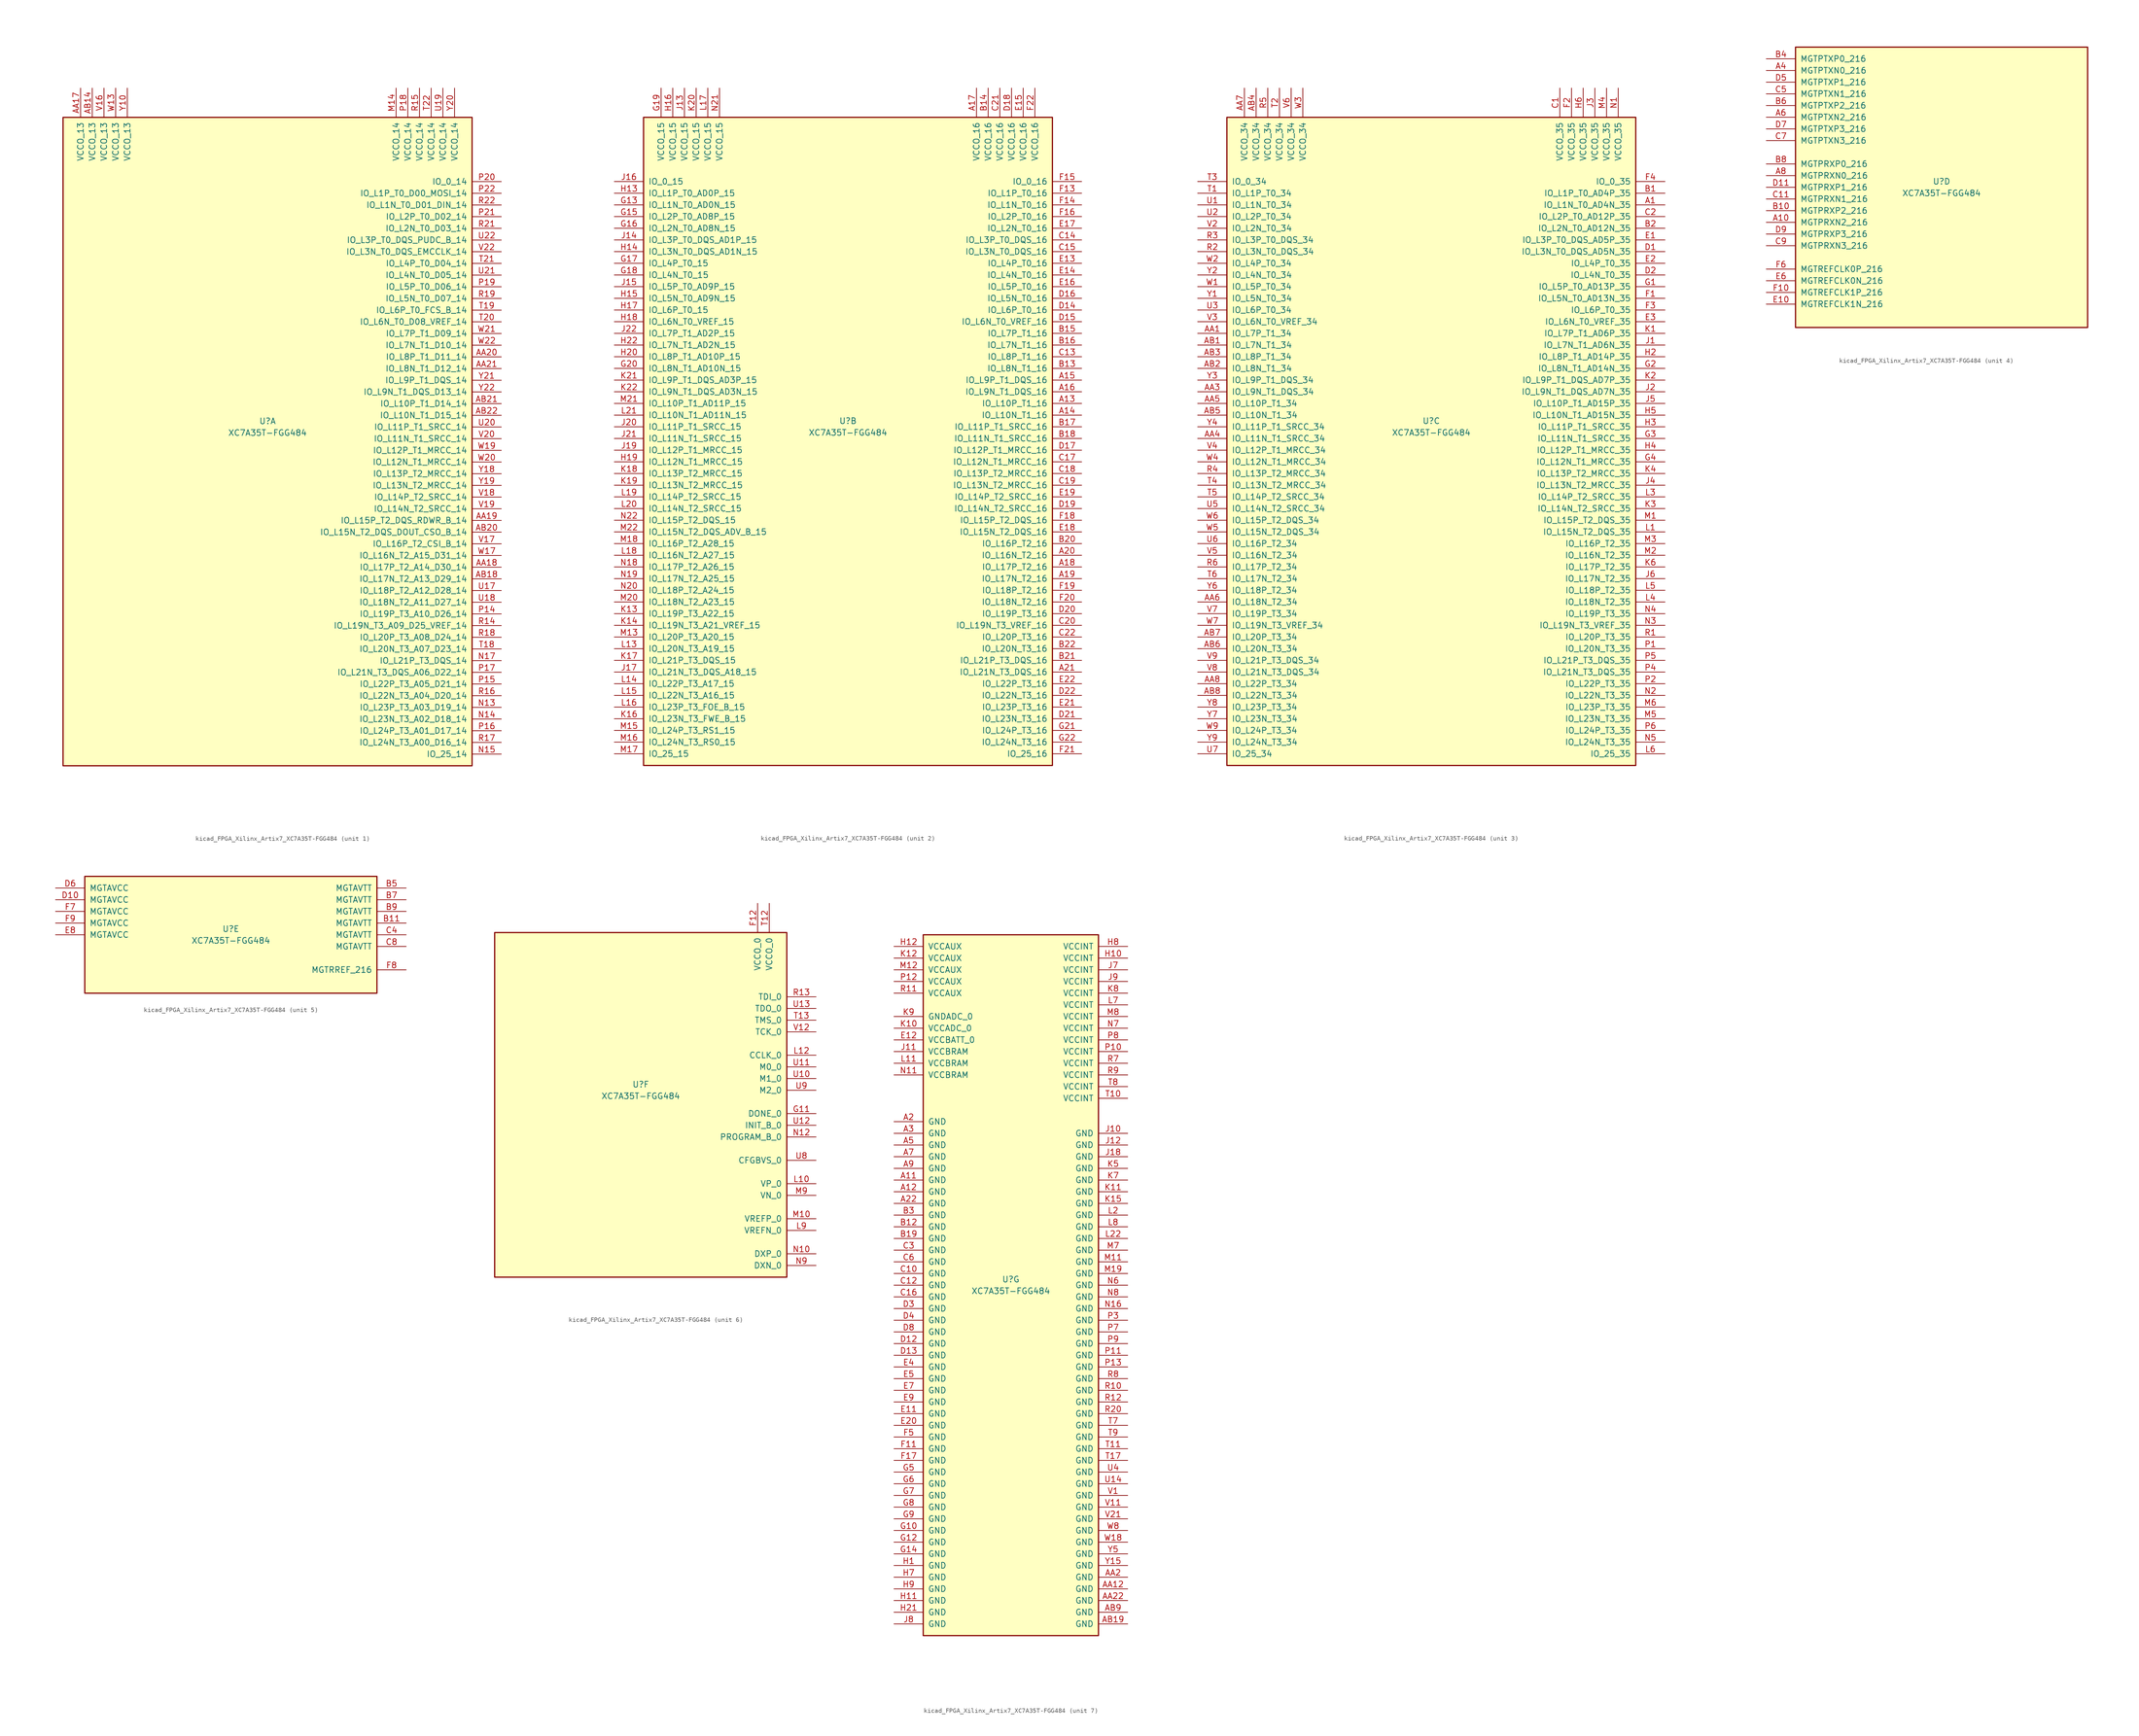
<source format=kicad_sym>
(kicad_symbol_lib
  (version 20220914)
  (generator kicad_symbol_editor)
  (symbol "kicad_FPGA_Xilinx_Artix7_XC7A35T-FGG484"
    (pin_names
      (offset 1.016))
    (property "Reference" "U"
      (at 0 1.27 0)
      (effects (font (size 1.27 1.27))))
    (property "Value" "XC7A35T-FGG484"
      (at 0 -1.27 0)
      (effects (font (size 1.27 1.27))))
    (property "Datasheet" ""
      (at 0 0 0)
      (effects (font (size 1.27 1.27))))
    (property "ki_locked" ""
      (at 0 0 0)
      (effects (font (size 1.27 1.27))))
    (symbol "kicad_FPGA_Xilinx_Artix7_XC7A35T-FGG484_1_1"
      (rectangle (start -44.45 67.31) (end 44.45 -73.66) (stroke (width 0.254) (type default)) (fill (type background)))
      (pin power_in line (at -40.64 73.66 270) (length 6.35) (name "VCCO_13" (effects (font (size 1.27 1.27)))) (number "AA17" (effects (font (size 1.27 1.27)))))
      (pin bidirectional line (at 50.8 -30.48 180) (length 6.35) (name "IO_L17P_T2_A14_D30_14" (effects (font (size 1.27 1.27)))) (number "AA18" (effects (font (size 1.27 1.27)))))
      (pin bidirectional line (at 50.8 -20.32 180) (length 6.35) (name "IO_L15P_T2_DQS_RDWR_B_14" (effects (font (size 1.27 1.27)))) (number "AA19" (effects (font (size 1.27 1.27)))))
      (pin bidirectional line (at 50.8 15.24 180) (length 6.35) (name "IO_L8P_T1_D11_14" (effects (font (size 1.27 1.27)))) (number "AA20" (effects (font (size 1.27 1.27)))))
      (pin bidirectional line (at 50.8 12.7 180) (length 6.35) (name "IO_L8N_T1_D12_14" (effects (font (size 1.27 1.27)))) (number "AA21" (effects (font (size 1.27 1.27)))))
      (pin power_in line (at -38.1 73.66 270) (length 6.35) (name "VCCO_13" (effects (font (size 1.27 1.27)))) (number "AB14" (effects (font (size 1.27 1.27)))))
      (pin bidirectional line (at 50.8 -33.02 180) (length 6.35) (name "IO_L17N_T2_A13_D29_14" (effects (font (size 1.27 1.27)))) (number "AB18" (effects (font (size 1.27 1.27)))))
      (pin bidirectional line (at 50.8 -22.86 180) (length 6.35) (name "IO_L15N_T2_DQS_DOUT_CSO_B_14" (effects (font (size 1.27 1.27)))) (number "AB20" (effects (font (size 1.27 1.27)))))
      (pin bidirectional line (at 50.8 5.08 180) (length 6.35) (name "IO_L10P_T1_D14_14" (effects (font (size 1.27 1.27)))) (number "AB21" (effects (font (size 1.27 1.27)))))
      (pin bidirectional line (at 50.8 2.54 180) (length 6.35) (name "IO_L10N_T1_D15_14" (effects (font (size 1.27 1.27)))) (number "AB22" (effects (font (size 1.27 1.27)))))
      (pin power_in line (at 27.94 73.66 270) (length 6.35) (name "VCCO_14" (effects (font (size 1.27 1.27)))) (number "M14" (effects (font (size 1.27 1.27)))))
      (pin bidirectional line (at 50.8 -60.96 180) (length 6.35) (name "IO_L23P_T3_A03_D19_14" (effects (font (size 1.27 1.27)))) (number "N13" (effects (font (size 1.27 1.27)))))
      (pin bidirectional line (at 50.8 -63.5 180) (length 6.35) (name "IO_L23N_T3_A02_D18_14" (effects (font (size 1.27 1.27)))) (number "N14" (effects (font (size 1.27 1.27)))))
      (pin bidirectional line (at 50.8 -71.12 180) (length 6.35) (name "IO_25_14" (effects (font (size 1.27 1.27)))) (number "N15" (effects (font (size 1.27 1.27)))))
      (pin bidirectional line (at 50.8 -50.8 180) (length 6.35) (name "IO_L21P_T3_DQS_14" (effects (font (size 1.27 1.27)))) (number "N17" (effects (font (size 1.27 1.27)))))
      (pin bidirectional line (at 50.8 -40.64 180) (length 6.35) (name "IO_L19P_T3_A10_D26_14" (effects (font (size 1.27 1.27)))) (number "P14" (effects (font (size 1.27 1.27)))))
      (pin bidirectional line (at 50.8 -55.88 180) (length 6.35) (name "IO_L22P_T3_A05_D21_14" (effects (font (size 1.27 1.27)))) (number "P15" (effects (font (size 1.27 1.27)))))
      (pin bidirectional line (at 50.8 -66.04 180) (length 6.35) (name "IO_L24P_T3_A01_D17_14" (effects (font (size 1.27 1.27)))) (number "P16" (effects (font (size 1.27 1.27)))))
      (pin bidirectional line (at 50.8 -53.34 180) (length 6.35) (name "IO_L21N_T3_DQS_A06_D22_14" (effects (font (size 1.27 1.27)))) (number "P17" (effects (font (size 1.27 1.27)))))
      (pin power_in line (at 30.48 73.66 270) (length 6.35) (name "VCCO_14" (effects (font (size 1.27 1.27)))) (number "P18" (effects (font (size 1.27 1.27)))))
      (pin bidirectional line (at 50.8 30.48 180) (length 6.35) (name "IO_L5P_T0_D06_14" (effects (font (size 1.27 1.27)))) (number "P19" (effects (font (size 1.27 1.27)))))
      (pin bidirectional line (at 50.8 53.34 180) (length 6.35) (name "IO_0_14" (effects (font (size 1.27 1.27)))) (number "P20" (effects (font (size 1.27 1.27)))))
      (pin bidirectional line (at 50.8 45.72 180) (length 6.35) (name "IO_L2P_T0_D02_14" (effects (font (size 1.27 1.27)))) (number "P21" (effects (font (size 1.27 1.27)))))
      (pin bidirectional line (at 50.8 50.8 180) (length 6.35) (name "IO_L1P_T0_D00_MOSI_14" (effects (font (size 1.27 1.27)))) (number "P22" (effects (font (size 1.27 1.27)))))
      (pin bidirectional line (at 50.8 -43.18 180) (length 6.35) (name "IO_L19N_T3_A09_D25_VREF_14" (effects (font (size 1.27 1.27)))) (number "R14" (effects (font (size 1.27 1.27)))))
      (pin power_in line (at 33.02 73.66 270) (length 6.35) (name "VCCO_14" (effects (font (size 1.27 1.27)))) (number "R15" (effects (font (size 1.27 1.27)))))
      (pin bidirectional line (at 50.8 -58.42 180) (length 6.35) (name "IO_L22N_T3_A04_D20_14" (effects (font (size 1.27 1.27)))) (number "R16" (effects (font (size 1.27 1.27)))))
      (pin bidirectional line (at 50.8 -68.58 180) (length 6.35) (name "IO_L24N_T3_A00_D16_14" (effects (font (size 1.27 1.27)))) (number "R17" (effects (font (size 1.27 1.27)))))
      (pin bidirectional line (at 50.8 -45.72 180) (length 6.35) (name "IO_L20P_T3_A08_D24_14" (effects (font (size 1.27 1.27)))) (number "R18" (effects (font (size 1.27 1.27)))))
      (pin bidirectional line (at 50.8 27.94 180) (length 6.35) (name "IO_L5N_T0_D07_14" (effects (font (size 1.27 1.27)))) (number "R19" (effects (font (size 1.27 1.27)))))
      (pin bidirectional line (at 50.8 43.18 180) (length 6.35) (name "IO_L2N_T0_D03_14" (effects (font (size 1.27 1.27)))) (number "R21" (effects (font (size 1.27 1.27)))))
      (pin bidirectional line (at 50.8 48.26 180) (length 6.35) (name "IO_L1N_T0_D01_DIN_14" (effects (font (size 1.27 1.27)))) (number "R22" (effects (font (size 1.27 1.27)))))
      (pin bidirectional line (at 50.8 -48.26 180) (length 6.35) (name "IO_L20N_T3_A07_D23_14" (effects (font (size 1.27 1.27)))) (number "T18" (effects (font (size 1.27 1.27)))))
      (pin bidirectional line (at 50.8 25.4 180) (length 6.35) (name "IO_L6P_T0_FCS_B_14" (effects (font (size 1.27 1.27)))) (number "T19" (effects (font (size 1.27 1.27)))))
      (pin bidirectional line (at 50.8 22.86 180) (length 6.35) (name "IO_L6N_T0_D08_VREF_14" (effects (font (size 1.27 1.27)))) (number "T20" (effects (font (size 1.27 1.27)))))
      (pin bidirectional line (at 50.8 35.56 180) (length 6.35) (name "IO_L4P_T0_D04_14" (effects (font (size 1.27 1.27)))) (number "T21" (effects (font (size 1.27 1.27)))))
      (pin power_in line (at 35.56 73.66 270) (length 6.35) (name "VCCO_14" (effects (font (size 1.27 1.27)))) (number "T22" (effects (font (size 1.27 1.27)))))
      (pin bidirectional line (at 50.8 -35.56 180) (length 6.35) (name "IO_L18P_T2_A12_D28_14" (effects (font (size 1.27 1.27)))) (number "U17" (effects (font (size 1.27 1.27)))))
      (pin bidirectional line (at 50.8 -38.1 180) (length 6.35) (name "IO_L18N_T2_A11_D27_14" (effects (font (size 1.27 1.27)))) (number "U18" (effects (font (size 1.27 1.27)))))
      (pin power_in line (at 38.1 73.66 270) (length 6.35) (name "VCCO_14" (effects (font (size 1.27 1.27)))) (number "U19" (effects (font (size 1.27 1.27)))))
      (pin bidirectional line (at 50.8 0 180) (length 6.35) (name "IO_L11P_T1_SRCC_14" (effects (font (size 1.27 1.27)))) (number "U20" (effects (font (size 1.27 1.27)))))
      (pin bidirectional line (at 50.8 33.02 180) (length 6.35) (name "IO_L4N_T0_D05_14" (effects (font (size 1.27 1.27)))) (number "U21" (effects (font (size 1.27 1.27)))))
      (pin bidirectional line (at 50.8 40.64 180) (length 6.35) (name "IO_L3P_T0_DQS_PUDC_B_14" (effects (font (size 1.27 1.27)))) (number "U22" (effects (font (size 1.27 1.27)))))
      (pin power_in line (at -35.56 73.66 270) (length 6.35) (name "VCCO_13" (effects (font (size 1.27 1.27)))) (number "V16" (effects (font (size 1.27 1.27)))))
      (pin bidirectional line (at 50.8 -25.4 180) (length 6.35) (name "IO_L16P_T2_CSI_B_14" (effects (font (size 1.27 1.27)))) (number "V17" (effects (font (size 1.27 1.27)))))
      (pin bidirectional line (at 50.8 -15.24 180) (length 6.35) (name "IO_L14P_T2_SRCC_14" (effects (font (size 1.27 1.27)))) (number "V18" (effects (font (size 1.27 1.27)))))
      (pin bidirectional line (at 50.8 -17.78 180) (length 6.35) (name "IO_L14N_T2_SRCC_14" (effects (font (size 1.27 1.27)))) (number "V19" (effects (font (size 1.27 1.27)))))
      (pin bidirectional line (at 50.8 -2.54 180) (length 6.35) (name "IO_L11N_T1_SRCC_14" (effects (font (size 1.27 1.27)))) (number "V20" (effects (font (size 1.27 1.27)))))
      (pin bidirectional line (at 50.8 38.1 180) (length 6.35) (name "IO_L3N_T0_DQS_EMCCLK_14" (effects (font (size 1.27 1.27)))) (number "V22" (effects (font (size 1.27 1.27)))))
      (pin power_in line (at -33.02 73.66 270) (length 6.35) (name "VCCO_13" (effects (font (size 1.27 1.27)))) (number "W13" (effects (font (size 1.27 1.27)))))
      (pin bidirectional line (at 50.8 -27.94 180) (length 6.35) (name "IO_L16N_T2_A15_D31_14" (effects (font (size 1.27 1.27)))) (number "W17" (effects (font (size 1.27 1.27)))))
      (pin bidirectional line (at 50.8 -5.08 180) (length 6.35) (name "IO_L12P_T1_MRCC_14" (effects (font (size 1.27 1.27)))) (number "W19" (effects (font (size 1.27 1.27)))))
      (pin bidirectional line (at 50.8 -7.62 180) (length 6.35) (name "IO_L12N_T1_MRCC_14" (effects (font (size 1.27 1.27)))) (number "W20" (effects (font (size 1.27 1.27)))))
      (pin bidirectional line (at 50.8 20.32 180) (length 6.35) (name "IO_L7P_T1_D09_14" (effects (font (size 1.27 1.27)))) (number "W21" (effects (font (size 1.27 1.27)))))
      (pin bidirectional line (at 50.8 17.78 180) (length 6.35) (name "IO_L7N_T1_D10_14" (effects (font (size 1.27 1.27)))) (number "W22" (effects (font (size 1.27 1.27)))))
      (pin power_in line (at -30.48 73.66 270) (length 6.35) (name "VCCO_13" (effects (font (size 1.27 1.27)))) (number "Y10" (effects (font (size 1.27 1.27)))))
      (pin bidirectional line (at 50.8 -10.16 180) (length 6.35) (name "IO_L13P_T2_MRCC_14" (effects (font (size 1.27 1.27)))) (number "Y18" (effects (font (size 1.27 1.27)))))
      (pin bidirectional line (at 50.8 -12.7 180) (length 6.35) (name "IO_L13N_T2_MRCC_14" (effects (font (size 1.27 1.27)))) (number "Y19" (effects (font (size 1.27 1.27)))))
      (pin power_in line (at 40.64 73.66 270) (length 6.35) (name "VCCO_14" (effects (font (size 1.27 1.27)))) (number "Y20" (effects (font (size 1.27 1.27)))))
      (pin bidirectional line (at 50.8 10.16 180) (length 6.35) (name "IO_L9P_T1_DQS_14" (effects (font (size 1.27 1.27)))) (number "Y21" (effects (font (size 1.27 1.27)))))
      (pin bidirectional line (at 50.8 7.62 180) (length 6.35) (name "IO_L9N_T1_DQS_D13_14" (effects (font (size 1.27 1.27)))) (number "Y22" (effects (font (size 1.27 1.27))))))
    (symbol "kicad_FPGA_Xilinx_Artix7_XC7A35T-FGG484_2_1"
      (rectangle (start -44.45 67.31) (end 44.45 -73.66) (stroke (width 0.254) (type default)) (fill (type background)))
      (pin bidirectional line (at 50.8 5.08 180) (length 6.35) (name "IO_L10P_T1_16" (effects (font (size 1.27 1.27)))) (number "A13" (effects (font (size 1.27 1.27)))))
      (pin bidirectional line (at 50.8 2.54 180) (length 6.35) (name "IO_L10N_T1_16" (effects (font (size 1.27 1.27)))) (number "A14" (effects (font (size 1.27 1.27)))))
      (pin bidirectional line (at 50.8 10.16 180) (length 6.35) (name "IO_L9P_T1_DQS_16" (effects (font (size 1.27 1.27)))) (number "A15" (effects (font (size 1.27 1.27)))))
      (pin bidirectional line (at 50.8 7.62 180) (length 6.35) (name "IO_L9N_T1_DQS_16" (effects (font (size 1.27 1.27)))) (number "A16" (effects (font (size 1.27 1.27)))))
      (pin power_in line (at 27.94 73.66 270) (length 6.35) (name "VCCO_16" (effects (font (size 1.27 1.27)))) (number "A17" (effects (font (size 1.27 1.27)))))
      (pin bidirectional line (at 50.8 -30.48 180) (length 6.35) (name "IO_L17P_T2_16" (effects (font (size 1.27 1.27)))) (number "A18" (effects (font (size 1.27 1.27)))))
      (pin bidirectional line (at 50.8 -33.02 180) (length 6.35) (name "IO_L17N_T2_16" (effects (font (size 1.27 1.27)))) (number "A19" (effects (font (size 1.27 1.27)))))
      (pin bidirectional line (at 50.8 -27.94 180) (length 6.35) (name "IO_L16N_T2_16" (effects (font (size 1.27 1.27)))) (number "A20" (effects (font (size 1.27 1.27)))))
      (pin bidirectional line (at 50.8 -53.34 180) (length 6.35) (name "IO_L21N_T3_DQS_16" (effects (font (size 1.27 1.27)))) (number "A21" (effects (font (size 1.27 1.27)))))
      (pin bidirectional line (at 50.8 12.7 180) (length 6.35) (name "IO_L8N_T1_16" (effects (font (size 1.27 1.27)))) (number "B13" (effects (font (size 1.27 1.27)))))
      (pin power_in line (at 30.48 73.66 270) (length 6.35) (name "VCCO_16" (effects (font (size 1.27 1.27)))) (number "B14" (effects (font (size 1.27 1.27)))))
      (pin bidirectional line (at 50.8 20.32 180) (length 6.35) (name "IO_L7P_T1_16" (effects (font (size 1.27 1.27)))) (number "B15" (effects (font (size 1.27 1.27)))))
      (pin bidirectional line (at 50.8 17.78 180) (length 6.35) (name "IO_L7N_T1_16" (effects (font (size 1.27 1.27)))) (number "B16" (effects (font (size 1.27 1.27)))))
      (pin bidirectional line (at 50.8 0 180) (length 6.35) (name "IO_L11P_T1_SRCC_16" (effects (font (size 1.27 1.27)))) (number "B17" (effects (font (size 1.27 1.27)))))
      (pin bidirectional line (at 50.8 -2.54 180) (length 6.35) (name "IO_L11N_T1_SRCC_16" (effects (font (size 1.27 1.27)))) (number "B18" (effects (font (size 1.27 1.27)))))
      (pin bidirectional line (at 50.8 -25.4 180) (length 6.35) (name "IO_L16P_T2_16" (effects (font (size 1.27 1.27)))) (number "B20" (effects (font (size 1.27 1.27)))))
      (pin bidirectional line (at 50.8 -50.8 180) (length 6.35) (name "IO_L21P_T3_DQS_16" (effects (font (size 1.27 1.27)))) (number "B21" (effects (font (size 1.27 1.27)))))
      (pin bidirectional line (at 50.8 -48.26 180) (length 6.35) (name "IO_L20N_T3_16" (effects (font (size 1.27 1.27)))) (number "B22" (effects (font (size 1.27 1.27)))))
      (pin bidirectional line (at 50.8 15.24 180) (length 6.35) (name "IO_L8P_T1_16" (effects (font (size 1.27 1.27)))) (number "C13" (effects (font (size 1.27 1.27)))))
      (pin bidirectional line (at 50.8 40.64 180) (length 6.35) (name "IO_L3P_T0_DQS_16" (effects (font (size 1.27 1.27)))) (number "C14" (effects (font (size 1.27 1.27)))))
      (pin bidirectional line (at 50.8 38.1 180) (length 6.35) (name "IO_L3N_T0_DQS_16" (effects (font (size 1.27 1.27)))) (number "C15" (effects (font (size 1.27 1.27)))))
      (pin bidirectional line (at 50.8 -7.62 180) (length 6.35) (name "IO_L12N_T1_MRCC_16" (effects (font (size 1.27 1.27)))) (number "C17" (effects (font (size 1.27 1.27)))))
      (pin bidirectional line (at 50.8 -10.16 180) (length 6.35) (name "IO_L13P_T2_MRCC_16" (effects (font (size 1.27 1.27)))) (number "C18" (effects (font (size 1.27 1.27)))))
      (pin bidirectional line (at 50.8 -12.7 180) (length 6.35) (name "IO_L13N_T2_MRCC_16" (effects (font (size 1.27 1.27)))) (number "C19" (effects (font (size 1.27 1.27)))))
      (pin bidirectional line (at 50.8 -43.18 180) (length 6.35) (name "IO_L19N_T3_VREF_16" (effects (font (size 1.27 1.27)))) (number "C20" (effects (font (size 1.27 1.27)))))
      (pin power_in line (at 33.02 73.66 270) (length 6.35) (name "VCCO_16" (effects (font (size 1.27 1.27)))) (number "C21" (effects (font (size 1.27 1.27)))))
      (pin bidirectional line (at 50.8 -45.72 180) (length 6.35) (name "IO_L20P_T3_16" (effects (font (size 1.27 1.27)))) (number "C22" (effects (font (size 1.27 1.27)))))
      (pin bidirectional line (at 50.8 25.4 180) (length 6.35) (name "IO_L6P_T0_16" (effects (font (size 1.27 1.27)))) (number "D14" (effects (font (size 1.27 1.27)))))
      (pin bidirectional line (at 50.8 22.86 180) (length 6.35) (name "IO_L6N_T0_VREF_16" (effects (font (size 1.27 1.27)))) (number "D15" (effects (font (size 1.27 1.27)))))
      (pin bidirectional line (at 50.8 27.94 180) (length 6.35) (name "IO_L5N_T0_16" (effects (font (size 1.27 1.27)))) (number "D16" (effects (font (size 1.27 1.27)))))
      (pin bidirectional line (at 50.8 -5.08 180) (length 6.35) (name "IO_L12P_T1_MRCC_16" (effects (font (size 1.27 1.27)))) (number "D17" (effects (font (size 1.27 1.27)))))
      (pin power_in line (at 35.56 73.66 270) (length 6.35) (name "VCCO_16" (effects (font (size 1.27 1.27)))) (number "D18" (effects (font (size 1.27 1.27)))))
      (pin bidirectional line (at 50.8 -17.78 180) (length 6.35) (name "IO_L14N_T2_SRCC_16" (effects (font (size 1.27 1.27)))) (number "D19" (effects (font (size 1.27 1.27)))))
      (pin bidirectional line (at 50.8 -40.64 180) (length 6.35) (name "IO_L19P_T3_16" (effects (font (size 1.27 1.27)))) (number "D20" (effects (font (size 1.27 1.27)))))
      (pin bidirectional line (at 50.8 -63.5 180) (length 6.35) (name "IO_L23N_T3_16" (effects (font (size 1.27 1.27)))) (number "D21" (effects (font (size 1.27 1.27)))))
      (pin bidirectional line (at 50.8 -58.42 180) (length 6.35) (name "IO_L22N_T3_16" (effects (font (size 1.27 1.27)))) (number "D22" (effects (font (size 1.27 1.27)))))
      (pin bidirectional line (at 50.8 35.56 180) (length 6.35) (name "IO_L4P_T0_16" (effects (font (size 1.27 1.27)))) (number "E13" (effects (font (size 1.27 1.27)))))
      (pin bidirectional line (at 50.8 33.02 180) (length 6.35) (name "IO_L4N_T0_16" (effects (font (size 1.27 1.27)))) (number "E14" (effects (font (size 1.27 1.27)))))
      (pin power_in line (at 38.1 73.66 270) (length 6.35) (name "VCCO_16" (effects (font (size 1.27 1.27)))) (number "E15" (effects (font (size 1.27 1.27)))))
      (pin bidirectional line (at 50.8 30.48 180) (length 6.35) (name "IO_L5P_T0_16" (effects (font (size 1.27 1.27)))) (number "E16" (effects (font (size 1.27 1.27)))))
      (pin bidirectional line (at 50.8 43.18 180) (length 6.35) (name "IO_L2N_T0_16" (effects (font (size 1.27 1.27)))) (number "E17" (effects (font (size 1.27 1.27)))))
      (pin bidirectional line (at 50.8 -22.86 180) (length 6.35) (name "IO_L15N_T2_DQS_16" (effects (font (size 1.27 1.27)))) (number "E18" (effects (font (size 1.27 1.27)))))
      (pin bidirectional line (at 50.8 -15.24 180) (length 6.35) (name "IO_L14P_T2_SRCC_16" (effects (font (size 1.27 1.27)))) (number "E19" (effects (font (size 1.27 1.27)))))
      (pin bidirectional line (at 50.8 -60.96 180) (length 6.35) (name "IO_L23P_T3_16" (effects (font (size 1.27 1.27)))) (number "E21" (effects (font (size 1.27 1.27)))))
      (pin bidirectional line (at 50.8 -55.88 180) (length 6.35) (name "IO_L22P_T3_16" (effects (font (size 1.27 1.27)))) (number "E22" (effects (font (size 1.27 1.27)))))
      (pin bidirectional line (at 50.8 50.8 180) (length 6.35) (name "IO_L1P_T0_16" (effects (font (size 1.27 1.27)))) (number "F13" (effects (font (size 1.27 1.27)))))
      (pin bidirectional line (at 50.8 48.26 180) (length 6.35) (name "IO_L1N_T0_16" (effects (font (size 1.27 1.27)))) (number "F14" (effects (font (size 1.27 1.27)))))
      (pin bidirectional line (at 50.8 53.34 180) (length 6.35) (name "IO_0_16" (effects (font (size 1.27 1.27)))) (number "F15" (effects (font (size 1.27 1.27)))))
      (pin bidirectional line (at 50.8 45.72 180) (length 6.35) (name "IO_L2P_T0_16" (effects (font (size 1.27 1.27)))) (number "F16" (effects (font (size 1.27 1.27)))))
      (pin bidirectional line (at 50.8 -20.32 180) (length 6.35) (name "IO_L15P_T2_DQS_16" (effects (font (size 1.27 1.27)))) (number "F18" (effects (font (size 1.27 1.27)))))
      (pin bidirectional line (at 50.8 -35.56 180) (length 6.35) (name "IO_L18P_T2_16" (effects (font (size 1.27 1.27)))) (number "F19" (effects (font (size 1.27 1.27)))))
      (pin bidirectional line (at 50.8 -38.1 180) (length 6.35) (name "IO_L18N_T2_16" (effects (font (size 1.27 1.27)))) (number "F20" (effects (font (size 1.27 1.27)))))
      (pin bidirectional line (at 50.8 -71.12 180) (length 6.35) (name "IO_25_16" (effects (font (size 1.27 1.27)))) (number "F21" (effects (font (size 1.27 1.27)))))
      (pin power_in line (at 40.64 73.66 270) (length 6.35) (name "VCCO_16" (effects (font (size 1.27 1.27)))) (number "F22" (effects (font (size 1.27 1.27)))))
      (pin bidirectional line (at -50.8 48.26 0) (length 6.35) (name "IO_L1N_T0_AD0N_15" (effects (font (size 1.27 1.27)))) (number "G13" (effects (font (size 1.27 1.27)))))
      (pin bidirectional line (at -50.8 45.72 0) (length 6.35) (name "IO_L2P_T0_AD8P_15" (effects (font (size 1.27 1.27)))) (number "G15" (effects (font (size 1.27 1.27)))))
      (pin bidirectional line (at -50.8 43.18 0) (length 6.35) (name "IO_L2N_T0_AD8N_15" (effects (font (size 1.27 1.27)))) (number "G16" (effects (font (size 1.27 1.27)))))
      (pin bidirectional line (at -50.8 35.56 0) (length 6.35) (name "IO_L4P_T0_15" (effects (font (size 1.27 1.27)))) (number "G17" (effects (font (size 1.27 1.27)))))
      (pin bidirectional line (at -50.8 33.02 0) (length 6.35) (name "IO_L4N_T0_15" (effects (font (size 1.27 1.27)))) (number "G18" (effects (font (size 1.27 1.27)))))
      (pin power_in line (at -40.64 73.66 270) (length 6.35) (name "VCCO_15" (effects (font (size 1.27 1.27)))) (number "G19" (effects (font (size 1.27 1.27)))))
      (pin bidirectional line (at -50.8 12.7 0) (length 6.35) (name "IO_L8N_T1_AD10N_15" (effects (font (size 1.27 1.27)))) (number "G20" (effects (font (size 1.27 1.27)))))
      (pin bidirectional line (at 50.8 -66.04 180) (length 6.35) (name "IO_L24P_T3_16" (effects (font (size 1.27 1.27)))) (number "G21" (effects (font (size 1.27 1.27)))))
      (pin bidirectional line (at 50.8 -68.58 180) (length 6.35) (name "IO_L24N_T3_16" (effects (font (size 1.27 1.27)))) (number "G22" (effects (font (size 1.27 1.27)))))
      (pin bidirectional line (at -50.8 50.8 0) (length 6.35) (name "IO_L1P_T0_AD0P_15" (effects (font (size 1.27 1.27)))) (number "H13" (effects (font (size 1.27 1.27)))))
      (pin bidirectional line (at -50.8 38.1 0) (length 6.35) (name "IO_L3N_T0_DQS_AD1N_15" (effects (font (size 1.27 1.27)))) (number "H14" (effects (font (size 1.27 1.27)))))
      (pin bidirectional line (at -50.8 27.94 0) (length 6.35) (name "IO_L5N_T0_AD9N_15" (effects (font (size 1.27 1.27)))) (number "H15" (effects (font (size 1.27 1.27)))))
      (pin power_in line (at -38.1 73.66 270) (length 6.35) (name "VCCO_15" (effects (font (size 1.27 1.27)))) (number "H16" (effects (font (size 1.27 1.27)))))
      (pin bidirectional line (at -50.8 25.4 0) (length 6.35) (name "IO_L6P_T0_15" (effects (font (size 1.27 1.27)))) (number "H17" (effects (font (size 1.27 1.27)))))
      (pin bidirectional line (at -50.8 22.86 0) (length 6.35) (name "IO_L6N_T0_VREF_15" (effects (font (size 1.27 1.27)))) (number "H18" (effects (font (size 1.27 1.27)))))
      (pin bidirectional line (at -50.8 -7.62 0) (length 6.35) (name "IO_L12N_T1_MRCC_15" (effects (font (size 1.27 1.27)))) (number "H19" (effects (font (size 1.27 1.27)))))
      (pin bidirectional line (at -50.8 15.24 0) (length 6.35) (name "IO_L8P_T1_AD10P_15" (effects (font (size 1.27 1.27)))) (number "H20" (effects (font (size 1.27 1.27)))))
      (pin bidirectional line (at -50.8 17.78 0) (length 6.35) (name "IO_L7N_T1_AD2N_15" (effects (font (size 1.27 1.27)))) (number "H22" (effects (font (size 1.27 1.27)))))
      (pin power_in line (at -35.56 73.66 270) (length 6.35) (name "VCCO_15" (effects (font (size 1.27 1.27)))) (number "J13" (effects (font (size 1.27 1.27)))))
      (pin bidirectional line (at -50.8 40.64 0) (length 6.35) (name "IO_L3P_T0_DQS_AD1P_15" (effects (font (size 1.27 1.27)))) (number "J14" (effects (font (size 1.27 1.27)))))
      (pin bidirectional line (at -50.8 30.48 0) (length 6.35) (name "IO_L5P_T0_AD9P_15" (effects (font (size 1.27 1.27)))) (number "J15" (effects (font (size 1.27 1.27)))))
      (pin bidirectional line (at -50.8 53.34 0) (length 6.35) (name "IO_0_15" (effects (font (size 1.27 1.27)))) (number "J16" (effects (font (size 1.27 1.27)))))
      (pin bidirectional line (at -50.8 -53.34 0) (length 6.35) (name "IO_L21N_T3_DQS_A18_15" (effects (font (size 1.27 1.27)))) (number "J17" (effects (font (size 1.27 1.27)))))
      (pin bidirectional line (at -50.8 -5.08 0) (length 6.35) (name "IO_L12P_T1_MRCC_15" (effects (font (size 1.27 1.27)))) (number "J19" (effects (font (size 1.27 1.27)))))
      (pin bidirectional line (at -50.8 0 0) (length 6.35) (name "IO_L11P_T1_SRCC_15" (effects (font (size 1.27 1.27)))) (number "J20" (effects (font (size 1.27 1.27)))))
      (pin bidirectional line (at -50.8 -2.54 0) (length 6.35) (name "IO_L11N_T1_SRCC_15" (effects (font (size 1.27 1.27)))) (number "J21" (effects (font (size 1.27 1.27)))))
      (pin bidirectional line (at -50.8 20.32 0) (length 6.35) (name "IO_L7P_T1_AD2P_15" (effects (font (size 1.27 1.27)))) (number "J22" (effects (font (size 1.27 1.27)))))
      (pin bidirectional line (at -50.8 -40.64 0) (length 6.35) (name "IO_L19P_T3_A22_15" (effects (font (size 1.27 1.27)))) (number "K13" (effects (font (size 1.27 1.27)))))
      (pin bidirectional line (at -50.8 -43.18 0) (length 6.35) (name "IO_L19N_T3_A21_VREF_15" (effects (font (size 1.27 1.27)))) (number "K14" (effects (font (size 1.27 1.27)))))
      (pin bidirectional line (at -50.8 -63.5 0) (length 6.35) (name "IO_L23N_T3_FWE_B_15" (effects (font (size 1.27 1.27)))) (number "K16" (effects (font (size 1.27 1.27)))))
      (pin bidirectional line (at -50.8 -50.8 0) (length 6.35) (name "IO_L21P_T3_DQS_15" (effects (font (size 1.27 1.27)))) (number "K17" (effects (font (size 1.27 1.27)))))
      (pin bidirectional line (at -50.8 -10.16 0) (length 6.35) (name "IO_L13P_T2_MRCC_15" (effects (font (size 1.27 1.27)))) (number "K18" (effects (font (size 1.27 1.27)))))
      (pin bidirectional line (at -50.8 -12.7 0) (length 6.35) (name "IO_L13N_T2_MRCC_15" (effects (font (size 1.27 1.27)))) (number "K19" (effects (font (size 1.27 1.27)))))
      (pin power_in line (at -33.02 73.66 270) (length 6.35) (name "VCCO_15" (effects (font (size 1.27 1.27)))) (number "K20" (effects (font (size 1.27 1.27)))))
      (pin bidirectional line (at -50.8 10.16 0) (length 6.35) (name "IO_L9P_T1_DQS_AD3P_15" (effects (font (size 1.27 1.27)))) (number "K21" (effects (font (size 1.27 1.27)))))
      (pin bidirectional line (at -50.8 7.62 0) (length 6.35) (name "IO_L9N_T1_DQS_AD3N_15" (effects (font (size 1.27 1.27)))) (number "K22" (effects (font (size 1.27 1.27)))))
      (pin bidirectional line (at -50.8 -48.26 0) (length 6.35) (name "IO_L20N_T3_A19_15" (effects (font (size 1.27 1.27)))) (number "L13" (effects (font (size 1.27 1.27)))))
      (pin bidirectional line (at -50.8 -55.88 0) (length 6.35) (name "IO_L22P_T3_A17_15" (effects (font (size 1.27 1.27)))) (number "L14" (effects (font (size 1.27 1.27)))))
      (pin bidirectional line (at -50.8 -58.42 0) (length 6.35) (name "IO_L22N_T3_A16_15" (effects (font (size 1.27 1.27)))) (number "L15" (effects (font (size 1.27 1.27)))))
      (pin bidirectional line (at -50.8 -60.96 0) (length 6.35) (name "IO_L23P_T3_FOE_B_15" (effects (font (size 1.27 1.27)))) (number "L16" (effects (font (size 1.27 1.27)))))
      (pin power_in line (at -30.48 73.66 270) (length 6.35) (name "VCCO_15" (effects (font (size 1.27 1.27)))) (number "L17" (effects (font (size 1.27 1.27)))))
      (pin bidirectional line (at -50.8 -27.94 0) (length 6.35) (name "IO_L16N_T2_A27_15" (effects (font (size 1.27 1.27)))) (number "L18" (effects (font (size 1.27 1.27)))))
      (pin bidirectional line (at -50.8 -15.24 0) (length 6.35) (name "IO_L14P_T2_SRCC_15" (effects (font (size 1.27 1.27)))) (number "L19" (effects (font (size 1.27 1.27)))))
      (pin bidirectional line (at -50.8 -17.78 0) (length 6.35) (name "IO_L14N_T2_SRCC_15" (effects (font (size 1.27 1.27)))) (number "L20" (effects (font (size 1.27 1.27)))))
      (pin bidirectional line (at -50.8 2.54 0) (length 6.35) (name "IO_L10N_T1_AD11N_15" (effects (font (size 1.27 1.27)))) (number "L21" (effects (font (size 1.27 1.27)))))
      (pin bidirectional line (at -50.8 -45.72 0) (length 6.35) (name "IO_L20P_T3_A20_15" (effects (font (size 1.27 1.27)))) (number "M13" (effects (font (size 1.27 1.27)))))
      (pin bidirectional line (at -50.8 -66.04 0) (length 6.35) (name "IO_L24P_T3_RS1_15" (effects (font (size 1.27 1.27)))) (number "M15" (effects (font (size 1.27 1.27)))))
      (pin bidirectional line (at -50.8 -68.58 0) (length 6.35) (name "IO_L24N_T3_RS0_15" (effects (font (size 1.27 1.27)))) (number "M16" (effects (font (size 1.27 1.27)))))
      (pin bidirectional line (at -50.8 -71.12 0) (length 6.35) (name "IO_25_15" (effects (font (size 1.27 1.27)))) (number "M17" (effects (font (size 1.27 1.27)))))
      (pin bidirectional line (at -50.8 -25.4 0) (length 6.35) (name "IO_L16P_T2_A28_15" (effects (font (size 1.27 1.27)))) (number "M18" (effects (font (size 1.27 1.27)))))
      (pin bidirectional line (at -50.8 -38.1 0) (length 6.35) (name "IO_L18N_T2_A23_15" (effects (font (size 1.27 1.27)))) (number "M20" (effects (font (size 1.27 1.27)))))
      (pin bidirectional line (at -50.8 5.08 0) (length 6.35) (name "IO_L10P_T1_AD11P_15" (effects (font (size 1.27 1.27)))) (number "M21" (effects (font (size 1.27 1.27)))))
      (pin bidirectional line (at -50.8 -22.86 0) (length 6.35) (name "IO_L15N_T2_DQS_ADV_B_15" (effects (font (size 1.27 1.27)))) (number "M22" (effects (font (size 1.27 1.27)))))
      (pin bidirectional line (at -50.8 -30.48 0) (length 6.35) (name "IO_L17P_T2_A26_15" (effects (font (size 1.27 1.27)))) (number "N18" (effects (font (size 1.27 1.27)))))
      (pin bidirectional line (at -50.8 -33.02 0) (length 6.35) (name "IO_L17N_T2_A25_15" (effects (font (size 1.27 1.27)))) (number "N19" (effects (font (size 1.27 1.27)))))
      (pin bidirectional line (at -50.8 -35.56 0) (length 6.35) (name "IO_L18P_T2_A24_15" (effects (font (size 1.27 1.27)))) (number "N20" (effects (font (size 1.27 1.27)))))
      (pin power_in line (at -27.94 73.66 270) (length 6.35) (name "VCCO_15" (effects (font (size 1.27 1.27)))) (number "N21" (effects (font (size 1.27 1.27)))))
      (pin bidirectional line (at -50.8 -20.32 0) (length 6.35) (name "IO_L15P_T2_DQS_15" (effects (font (size 1.27 1.27)))) (number "N22" (effects (font (size 1.27 1.27))))))
    (symbol "kicad_FPGA_Xilinx_Artix7_XC7A35T-FGG484_3_1"
      (rectangle (start -44.45 67.31) (end 44.45 -73.66) (stroke (width 0.254) (type default)) (fill (type background)))
      (pin bidirectional line (at 50.8 48.26 180) (length 6.35) (name "IO_L1N_T0_AD4N_35" (effects (font (size 1.27 1.27)))) (number "A1" (effects (font (size 1.27 1.27)))))
      (pin bidirectional line (at -50.8 20.32 0) (length 6.35) (name "IO_L7P_T1_34" (effects (font (size 1.27 1.27)))) (number "AA1" (effects (font (size 1.27 1.27)))))
      (pin bidirectional line (at -50.8 7.62 0) (length 6.35) (name "IO_L9N_T1_DQS_34" (effects (font (size 1.27 1.27)))) (number "AA3" (effects (font (size 1.27 1.27)))))
      (pin bidirectional line (at -50.8 -2.54 0) (length 6.35) (name "IO_L11N_T1_SRCC_34" (effects (font (size 1.27 1.27)))) (number "AA4" (effects (font (size 1.27 1.27)))))
      (pin bidirectional line (at -50.8 5.08 0) (length 6.35) (name "IO_L10P_T1_34" (effects (font (size 1.27 1.27)))) (number "AA5" (effects (font (size 1.27 1.27)))))
      (pin bidirectional line (at -50.8 -38.1 0) (length 6.35) (name "IO_L18N_T2_34" (effects (font (size 1.27 1.27)))) (number "AA6" (effects (font (size 1.27 1.27)))))
      (pin power_in line (at -40.64 73.66 270) (length 6.35) (name "VCCO_34" (effects (font (size 1.27 1.27)))) (number "AA7" (effects (font (size 1.27 1.27)))))
      (pin bidirectional line (at -50.8 -55.88 0) (length 6.35) (name "IO_L22P_T3_34" (effects (font (size 1.27 1.27)))) (number "AA8" (effects (font (size 1.27 1.27)))))
      (pin bidirectional line (at -50.8 17.78 0) (length 6.35) (name "IO_L7N_T1_34" (effects (font (size 1.27 1.27)))) (number "AB1" (effects (font (size 1.27 1.27)))))
      (pin bidirectional line (at -50.8 12.7 0) (length 6.35) (name "IO_L8N_T1_34" (effects (font (size 1.27 1.27)))) (number "AB2" (effects (font (size 1.27 1.27)))))
      (pin bidirectional line (at -50.8 15.24 0) (length 6.35) (name "IO_L8P_T1_34" (effects (font (size 1.27 1.27)))) (number "AB3" (effects (font (size 1.27 1.27)))))
      (pin power_in line (at -38.1 73.66 270) (length 6.35) (name "VCCO_34" (effects (font (size 1.27 1.27)))) (number "AB4" (effects (font (size 1.27 1.27)))))
      (pin bidirectional line (at -50.8 2.54 0) (length 6.35) (name "IO_L10N_T1_34" (effects (font (size 1.27 1.27)))) (number "AB5" (effects (font (size 1.27 1.27)))))
      (pin bidirectional line (at -50.8 -48.26 0) (length 6.35) (name "IO_L20N_T3_34" (effects (font (size 1.27 1.27)))) (number "AB6" (effects (font (size 1.27 1.27)))))
      (pin bidirectional line (at -50.8 -45.72 0) (length 6.35) (name "IO_L20P_T3_34" (effects (font (size 1.27 1.27)))) (number "AB7" (effects (font (size 1.27 1.27)))))
      (pin bidirectional line (at -50.8 -58.42 0) (length 6.35) (name "IO_L22N_T3_34" (effects (font (size 1.27 1.27)))) (number "AB8" (effects (font (size 1.27 1.27)))))
      (pin bidirectional line (at 50.8 50.8 180) (length 6.35) (name "IO_L1P_T0_AD4P_35" (effects (font (size 1.27 1.27)))) (number "B1" (effects (font (size 1.27 1.27)))))
      (pin bidirectional line (at 50.8 43.18 180) (length 6.35) (name "IO_L2N_T0_AD12N_35" (effects (font (size 1.27 1.27)))) (number "B2" (effects (font (size 1.27 1.27)))))
      (pin power_in line (at 27.94 73.66 270) (length 6.35) (name "VCCO_35" (effects (font (size 1.27 1.27)))) (number "C1" (effects (font (size 1.27 1.27)))))
      (pin bidirectional line (at 50.8 45.72 180) (length 6.35) (name "IO_L2P_T0_AD12P_35" (effects (font (size 1.27 1.27)))) (number "C2" (effects (font (size 1.27 1.27)))))
      (pin bidirectional line (at 50.8 38.1 180) (length 6.35) (name "IO_L3N_T0_DQS_AD5N_35" (effects (font (size 1.27 1.27)))) (number "D1" (effects (font (size 1.27 1.27)))))
      (pin bidirectional line (at 50.8 33.02 180) (length 6.35) (name "IO_L4N_T0_35" (effects (font (size 1.27 1.27)))) (number "D2" (effects (font (size 1.27 1.27)))))
      (pin bidirectional line (at 50.8 40.64 180) (length 6.35) (name "IO_L3P_T0_DQS_AD5P_35" (effects (font (size 1.27 1.27)))) (number "E1" (effects (font (size 1.27 1.27)))))
      (pin bidirectional line (at 50.8 35.56 180) (length 6.35) (name "IO_L4P_T0_35" (effects (font (size 1.27 1.27)))) (number "E2" (effects (font (size 1.27 1.27)))))
      (pin bidirectional line (at 50.8 22.86 180) (length 6.35) (name "IO_L6N_T0_VREF_35" (effects (font (size 1.27 1.27)))) (number "E3" (effects (font (size 1.27 1.27)))))
      (pin bidirectional line (at 50.8 27.94 180) (length 6.35) (name "IO_L5N_T0_AD13N_35" (effects (font (size 1.27 1.27)))) (number "F1" (effects (font (size 1.27 1.27)))))
      (pin power_in line (at 30.48 73.66 270) (length 6.35) (name "VCCO_35" (effects (font (size 1.27 1.27)))) (number "F2" (effects (font (size 1.27 1.27)))))
      (pin bidirectional line (at 50.8 25.4 180) (length 6.35) (name "IO_L6P_T0_35" (effects (font (size 1.27 1.27)))) (number "F3" (effects (font (size 1.27 1.27)))))
      (pin bidirectional line (at 50.8 53.34 180) (length 6.35) (name "IO_0_35" (effects (font (size 1.27 1.27)))) (number "F4" (effects (font (size 1.27 1.27)))))
      (pin bidirectional line (at 50.8 30.48 180) (length 6.35) (name "IO_L5P_T0_AD13P_35" (effects (font (size 1.27 1.27)))) (number "G1" (effects (font (size 1.27 1.27)))))
      (pin bidirectional line (at 50.8 12.7 180) (length 6.35) (name "IO_L8N_T1_AD14N_35" (effects (font (size 1.27 1.27)))) (number "G2" (effects (font (size 1.27 1.27)))))
      (pin bidirectional line (at 50.8 -2.54 180) (length 6.35) (name "IO_L11N_T1_SRCC_35" (effects (font (size 1.27 1.27)))) (number "G3" (effects (font (size 1.27 1.27)))))
      (pin bidirectional line (at 50.8 -7.62 180) (length 6.35) (name "IO_L12N_T1_MRCC_35" (effects (font (size 1.27 1.27)))) (number "G4" (effects (font (size 1.27 1.27)))))
      (pin bidirectional line (at 50.8 15.24 180) (length 6.35) (name "IO_L8P_T1_AD14P_35" (effects (font (size 1.27 1.27)))) (number "H2" (effects (font (size 1.27 1.27)))))
      (pin bidirectional line (at 50.8 0 180) (length 6.35) (name "IO_L11P_T1_SRCC_35" (effects (font (size 1.27 1.27)))) (number "H3" (effects (font (size 1.27 1.27)))))
      (pin bidirectional line (at 50.8 -5.08 180) (length 6.35) (name "IO_L12P_T1_MRCC_35" (effects (font (size 1.27 1.27)))) (number "H4" (effects (font (size 1.27 1.27)))))
      (pin bidirectional line (at 50.8 2.54 180) (length 6.35) (name "IO_L10N_T1_AD15N_35" (effects (font (size 1.27 1.27)))) (number "H5" (effects (font (size 1.27 1.27)))))
      (pin power_in line (at 33.02 73.66 270) (length 6.35) (name "VCCO_35" (effects (font (size 1.27 1.27)))) (number "H6" (effects (font (size 1.27 1.27)))))
      (pin bidirectional line (at 50.8 17.78 180) (length 6.35) (name "IO_L7N_T1_AD6N_35" (effects (font (size 1.27 1.27)))) (number "J1" (effects (font (size 1.27 1.27)))))
      (pin bidirectional line (at 50.8 7.62 180) (length 6.35) (name "IO_L9N_T1_DQS_AD7N_35" (effects (font (size 1.27 1.27)))) (number "J2" (effects (font (size 1.27 1.27)))))
      (pin power_in line (at 35.56 73.66 270) (length 6.35) (name "VCCO_35" (effects (font (size 1.27 1.27)))) (number "J3" (effects (font (size 1.27 1.27)))))
      (pin bidirectional line (at 50.8 -12.7 180) (length 6.35) (name "IO_L13N_T2_MRCC_35" (effects (font (size 1.27 1.27)))) (number "J4" (effects (font (size 1.27 1.27)))))
      (pin bidirectional line (at 50.8 5.08 180) (length 6.35) (name "IO_L10P_T1_AD15P_35" (effects (font (size 1.27 1.27)))) (number "J5" (effects (font (size 1.27 1.27)))))
      (pin bidirectional line (at 50.8 -33.02 180) (length 6.35) (name "IO_L17N_T2_35" (effects (font (size 1.27 1.27)))) (number "J6" (effects (font (size 1.27 1.27)))))
      (pin bidirectional line (at 50.8 20.32 180) (length 6.35) (name "IO_L7P_T1_AD6P_35" (effects (font (size 1.27 1.27)))) (number "K1" (effects (font (size 1.27 1.27)))))
      (pin bidirectional line (at 50.8 10.16 180) (length 6.35) (name "IO_L9P_T1_DQS_AD7P_35" (effects (font (size 1.27 1.27)))) (number "K2" (effects (font (size 1.27 1.27)))))
      (pin bidirectional line (at 50.8 -17.78 180) (length 6.35) (name "IO_L14N_T2_SRCC_35" (effects (font (size 1.27 1.27)))) (number "K3" (effects (font (size 1.27 1.27)))))
      (pin bidirectional line (at 50.8 -10.16 180) (length 6.35) (name "IO_L13P_T2_MRCC_35" (effects (font (size 1.27 1.27)))) (number "K4" (effects (font (size 1.27 1.27)))))
      (pin bidirectional line (at 50.8 -30.48 180) (length 6.35) (name "IO_L17P_T2_35" (effects (font (size 1.27 1.27)))) (number "K6" (effects (font (size 1.27 1.27)))))
      (pin bidirectional line (at 50.8 -22.86 180) (length 6.35) (name "IO_L15N_T2_DQS_35" (effects (font (size 1.27 1.27)))) (number "L1" (effects (font (size 1.27 1.27)))))
      (pin bidirectional line (at 50.8 -15.24 180) (length 6.35) (name "IO_L14P_T2_SRCC_35" (effects (font (size 1.27 1.27)))) (number "L3" (effects (font (size 1.27 1.27)))))
      (pin bidirectional line (at 50.8 -38.1 180) (length 6.35) (name "IO_L18N_T2_35" (effects (font (size 1.27 1.27)))) (number "L4" (effects (font (size 1.27 1.27)))))
      (pin bidirectional line (at 50.8 -35.56 180) (length 6.35) (name "IO_L18P_T2_35" (effects (font (size 1.27 1.27)))) (number "L5" (effects (font (size 1.27 1.27)))))
      (pin bidirectional line (at 50.8 -71.12 180) (length 6.35) (name "IO_25_35" (effects (font (size 1.27 1.27)))) (number "L6" (effects (font (size 1.27 1.27)))))
      (pin bidirectional line (at 50.8 -20.32 180) (length 6.35) (name "IO_L15P_T2_DQS_35" (effects (font (size 1.27 1.27)))) (number "M1" (effects (font (size 1.27 1.27)))))
      (pin bidirectional line (at 50.8 -27.94 180) (length 6.35) (name "IO_L16N_T2_35" (effects (font (size 1.27 1.27)))) (number "M2" (effects (font (size 1.27 1.27)))))
      (pin bidirectional line (at 50.8 -25.4 180) (length 6.35) (name "IO_L16P_T2_35" (effects (font (size 1.27 1.27)))) (number "M3" (effects (font (size 1.27 1.27)))))
      (pin power_in line (at 38.1 73.66 270) (length 6.35) (name "VCCO_35" (effects (font (size 1.27 1.27)))) (number "M4" (effects (font (size 1.27 1.27)))))
      (pin bidirectional line (at 50.8 -63.5 180) (length 6.35) (name "IO_L23N_T3_35" (effects (font (size 1.27 1.27)))) (number "M5" (effects (font (size 1.27 1.27)))))
      (pin bidirectional line (at 50.8 -60.96 180) (length 6.35) (name "IO_L23P_T3_35" (effects (font (size 1.27 1.27)))) (number "M6" (effects (font (size 1.27 1.27)))))
      (pin power_in line (at 40.64 73.66 270) (length 6.35) (name "VCCO_35" (effects (font (size 1.27 1.27)))) (number "N1" (effects (font (size 1.27 1.27)))))
      (pin bidirectional line (at 50.8 -58.42 180) (length 6.35) (name "IO_L22N_T3_35" (effects (font (size 1.27 1.27)))) (number "N2" (effects (font (size 1.27 1.27)))))
      (pin bidirectional line (at 50.8 -43.18 180) (length 6.35) (name "IO_L19N_T3_VREF_35" (effects (font (size 1.27 1.27)))) (number "N3" (effects (font (size 1.27 1.27)))))
      (pin bidirectional line (at 50.8 -40.64 180) (length 6.35) (name "IO_L19P_T3_35" (effects (font (size 1.27 1.27)))) (number "N4" (effects (font (size 1.27 1.27)))))
      (pin bidirectional line (at 50.8 -68.58 180) (length 6.35) (name "IO_L24N_T3_35" (effects (font (size 1.27 1.27)))) (number "N5" (effects (font (size 1.27 1.27)))))
      (pin bidirectional line (at 50.8 -48.26 180) (length 6.35) (name "IO_L20N_T3_35" (effects (font (size 1.27 1.27)))) (number "P1" (effects (font (size 1.27 1.27)))))
      (pin bidirectional line (at 50.8 -55.88 180) (length 6.35) (name "IO_L22P_T3_35" (effects (font (size 1.27 1.27)))) (number "P2" (effects (font (size 1.27 1.27)))))
      (pin bidirectional line (at 50.8 -53.34 180) (length 6.35) (name "IO_L21N_T3_DQS_35" (effects (font (size 1.27 1.27)))) (number "P4" (effects (font (size 1.27 1.27)))))
      (pin bidirectional line (at 50.8 -50.8 180) (length 6.35) (name "IO_L21P_T3_DQS_35" (effects (font (size 1.27 1.27)))) (number "P5" (effects (font (size 1.27 1.27)))))
      (pin bidirectional line (at 50.8 -66.04 180) (length 6.35) (name "IO_L24P_T3_35" (effects (font (size 1.27 1.27)))) (number "P6" (effects (font (size 1.27 1.27)))))
      (pin bidirectional line (at 50.8 -45.72 180) (length 6.35) (name "IO_L20P_T3_35" (effects (font (size 1.27 1.27)))) (number "R1" (effects (font (size 1.27 1.27)))))
      (pin bidirectional line (at -50.8 38.1 0) (length 6.35) (name "IO_L3N_T0_DQS_34" (effects (font (size 1.27 1.27)))) (number "R2" (effects (font (size 1.27 1.27)))))
      (pin bidirectional line (at -50.8 40.64 0) (length 6.35) (name "IO_L3P_T0_DQS_34" (effects (font (size 1.27 1.27)))) (number "R3" (effects (font (size 1.27 1.27)))))
      (pin bidirectional line (at -50.8 -10.16 0) (length 6.35) (name "IO_L13P_T2_MRCC_34" (effects (font (size 1.27 1.27)))) (number "R4" (effects (font (size 1.27 1.27)))))
      (pin power_in line (at -35.56 73.66 270) (length 6.35) (name "VCCO_34" (effects (font (size 1.27 1.27)))) (number "R5" (effects (font (size 1.27 1.27)))))
      (pin bidirectional line (at -50.8 -30.48 0) (length 6.35) (name "IO_L17P_T2_34" (effects (font (size 1.27 1.27)))) (number "R6" (effects (font (size 1.27 1.27)))))
      (pin bidirectional line (at -50.8 50.8 0) (length 6.35) (name "IO_L1P_T0_34" (effects (font (size 1.27 1.27)))) (number "T1" (effects (font (size 1.27 1.27)))))
      (pin power_in line (at -33.02 73.66 270) (length 6.35) (name "VCCO_34" (effects (font (size 1.27 1.27)))) (number "T2" (effects (font (size 1.27 1.27)))))
      (pin bidirectional line (at -50.8 53.34 0) (length 6.35) (name "IO_0_34" (effects (font (size 1.27 1.27)))) (number "T3" (effects (font (size 1.27 1.27)))))
      (pin bidirectional line (at -50.8 -12.7 0) (length 6.35) (name "IO_L13N_T2_MRCC_34" (effects (font (size 1.27 1.27)))) (number "T4" (effects (font (size 1.27 1.27)))))
      (pin bidirectional line (at -50.8 -15.24 0) (length 6.35) (name "IO_L14P_T2_SRCC_34" (effects (font (size 1.27 1.27)))) (number "T5" (effects (font (size 1.27 1.27)))))
      (pin bidirectional line (at -50.8 -33.02 0) (length 6.35) (name "IO_L17N_T2_34" (effects (font (size 1.27 1.27)))) (number "T6" (effects (font (size 1.27 1.27)))))
      (pin bidirectional line (at -50.8 48.26 0) (length 6.35) (name "IO_L1N_T0_34" (effects (font (size 1.27 1.27)))) (number "U1" (effects (font (size 1.27 1.27)))))
      (pin bidirectional line (at -50.8 45.72 0) (length 6.35) (name "IO_L2P_T0_34" (effects (font (size 1.27 1.27)))) (number "U2" (effects (font (size 1.27 1.27)))))
      (pin bidirectional line (at -50.8 25.4 0) (length 6.35) (name "IO_L6P_T0_34" (effects (font (size 1.27 1.27)))) (number "U3" (effects (font (size 1.27 1.27)))))
      (pin bidirectional line (at -50.8 -17.78 0) (length 6.35) (name "IO_L14N_T2_SRCC_34" (effects (font (size 1.27 1.27)))) (number "U5" (effects (font (size 1.27 1.27)))))
      (pin bidirectional line (at -50.8 -25.4 0) (length 6.35) (name "IO_L16P_T2_34" (effects (font (size 1.27 1.27)))) (number "U6" (effects (font (size 1.27 1.27)))))
      (pin bidirectional line (at -50.8 -71.12 0) (length 6.35) (name "IO_25_34" (effects (font (size 1.27 1.27)))) (number "U7" (effects (font (size 1.27 1.27)))))
      (pin bidirectional line (at -50.8 43.18 0) (length 6.35) (name "IO_L2N_T0_34" (effects (font (size 1.27 1.27)))) (number "V2" (effects (font (size 1.27 1.27)))))
      (pin bidirectional line (at -50.8 22.86 0) (length 6.35) (name "IO_L6N_T0_VREF_34" (effects (font (size 1.27 1.27)))) (number "V3" (effects (font (size 1.27 1.27)))))
      (pin bidirectional line (at -50.8 -5.08 0) (length 6.35) (name "IO_L12P_T1_MRCC_34" (effects (font (size 1.27 1.27)))) (number "V4" (effects (font (size 1.27 1.27)))))
      (pin bidirectional line (at -50.8 -27.94 0) (length 6.35) (name "IO_L16N_T2_34" (effects (font (size 1.27 1.27)))) (number "V5" (effects (font (size 1.27 1.27)))))
      (pin power_in line (at -30.48 73.66 270) (length 6.35) (name "VCCO_34" (effects (font (size 1.27 1.27)))) (number "V6" (effects (font (size 1.27 1.27)))))
      (pin bidirectional line (at -50.8 -40.64 0) (length 6.35) (name "IO_L19P_T3_34" (effects (font (size 1.27 1.27)))) (number "V7" (effects (font (size 1.27 1.27)))))
      (pin bidirectional line (at -50.8 -53.34 0) (length 6.35) (name "IO_L21N_T3_DQS_34" (effects (font (size 1.27 1.27)))) (number "V8" (effects (font (size 1.27 1.27)))))
      (pin bidirectional line (at -50.8 -50.8 0) (length 6.35) (name "IO_L21P_T3_DQS_34" (effects (font (size 1.27 1.27)))) (number "V9" (effects (font (size 1.27 1.27)))))
      (pin bidirectional line (at -50.8 30.48 0) (length 6.35) (name "IO_L5P_T0_34" (effects (font (size 1.27 1.27)))) (number "W1" (effects (font (size 1.27 1.27)))))
      (pin bidirectional line (at -50.8 35.56 0) (length 6.35) (name "IO_L4P_T0_34" (effects (font (size 1.27 1.27)))) (number "W2" (effects (font (size 1.27 1.27)))))
      (pin power_in line (at -27.94 73.66 270) (length 6.35) (name "VCCO_34" (effects (font (size 1.27 1.27)))) (number "W3" (effects (font (size 1.27 1.27)))))
      (pin bidirectional line (at -50.8 -7.62 0) (length 6.35) (name "IO_L12N_T1_MRCC_34" (effects (font (size 1.27 1.27)))) (number "W4" (effects (font (size 1.27 1.27)))))
      (pin bidirectional line (at -50.8 -22.86 0) (length 6.35) (name "IO_L15N_T2_DQS_34" (effects (font (size 1.27 1.27)))) (number "W5" (effects (font (size 1.27 1.27)))))
      (pin bidirectional line (at -50.8 -20.32 0) (length 6.35) (name "IO_L15P_T2_DQS_34" (effects (font (size 1.27 1.27)))) (number "W6" (effects (font (size 1.27 1.27)))))
      (pin bidirectional line (at -50.8 -43.18 0) (length 6.35) (name "IO_L19N_T3_VREF_34" (effects (font (size 1.27 1.27)))) (number "W7" (effects (font (size 1.27 1.27)))))
      (pin bidirectional line (at -50.8 -66.04 0) (length 6.35) (name "IO_L24P_T3_34" (effects (font (size 1.27 1.27)))) (number "W9" (effects (font (size 1.27 1.27)))))
      (pin bidirectional line (at -50.8 27.94 0) (length 6.35) (name "IO_L5N_T0_34" (effects (font (size 1.27 1.27)))) (number "Y1" (effects (font (size 1.27 1.27)))))
      (pin bidirectional line (at -50.8 33.02 0) (length 6.35) (name "IO_L4N_T0_34" (effects (font (size 1.27 1.27)))) (number "Y2" (effects (font (size 1.27 1.27)))))
      (pin bidirectional line (at -50.8 10.16 0) (length 6.35) (name "IO_L9P_T1_DQS_34" (effects (font (size 1.27 1.27)))) (number "Y3" (effects (font (size 1.27 1.27)))))
      (pin bidirectional line (at -50.8 0 0) (length 6.35) (name "IO_L11P_T1_SRCC_34" (effects (font (size 1.27 1.27)))) (number "Y4" (effects (font (size 1.27 1.27)))))
      (pin bidirectional line (at -50.8 -35.56 0) (length 6.35) (name "IO_L18P_T2_34" (effects (font (size 1.27 1.27)))) (number "Y6" (effects (font (size 1.27 1.27)))))
      (pin bidirectional line (at -50.8 -63.5 0) (length 6.35) (name "IO_L23N_T3_34" (effects (font (size 1.27 1.27)))) (number "Y7" (effects (font (size 1.27 1.27)))))
      (pin bidirectional line (at -50.8 -60.96 0) (length 6.35) (name "IO_L23P_T3_34" (effects (font (size 1.27 1.27)))) (number "Y8" (effects (font (size 1.27 1.27)))))
      (pin bidirectional line (at -50.8 -68.58 0) (length 6.35) (name "IO_L24N_T3_34" (effects (font (size 1.27 1.27)))) (number "Y9" (effects (font (size 1.27 1.27))))))
    (symbol "kicad_FPGA_Xilinx_Artix7_XC7A35T-FGG484_4_1"
      (rectangle (start -31.75 30.48) (end 31.75 -30.48) (stroke (width 0.254) (type default)) (fill (type background)))
      (pin bidirectional line (at -38.1 -7.62 0) (length 6.35) (name "MGTPRXN2_216" (effects (font (size 1.27 1.27)))) (number "A10" (effects (font (size 1.27 1.27)))))
      (pin bidirectional line (at -38.1 25.4 0) (length 6.35) (name "MGTPTXN0_216" (effects (font (size 1.27 1.27)))) (number "A4" (effects (font (size 1.27 1.27)))))
      (pin bidirectional line (at -38.1 15.24 0) (length 6.35) (name "MGTPTXN2_216" (effects (font (size 1.27 1.27)))) (number "A6" (effects (font (size 1.27 1.27)))))
      (pin bidirectional line (at -38.1 2.54 0) (length 6.35) (name "MGTPRXN0_216" (effects (font (size 1.27 1.27)))) (number "A8" (effects (font (size 1.27 1.27)))))
      (pin bidirectional line (at -38.1 -5.08 0) (length 6.35) (name "MGTPRXP2_216" (effects (font (size 1.27 1.27)))) (number "B10" (effects (font (size 1.27 1.27)))))
      (pin bidirectional line (at -38.1 27.94 0) (length 6.35) (name "MGTPTXP0_216" (effects (font (size 1.27 1.27)))) (number "B4" (effects (font (size 1.27 1.27)))))
      (pin bidirectional line (at -38.1 17.78 0) (length 6.35) (name "MGTPTXP2_216" (effects (font (size 1.27 1.27)))) (number "B6" (effects (font (size 1.27 1.27)))))
      (pin bidirectional line (at -38.1 5.08 0) (length 6.35) (name "MGTPRXP0_216" (effects (font (size 1.27 1.27)))) (number "B8" (effects (font (size 1.27 1.27)))))
      (pin bidirectional line (at -38.1 -2.54 0) (length 6.35) (name "MGTPRXN1_216" (effects (font (size 1.27 1.27)))) (number "C11" (effects (font (size 1.27 1.27)))))
      (pin bidirectional line (at -38.1 20.32 0) (length 6.35) (name "MGTPTXN1_216" (effects (font (size 1.27 1.27)))) (number "C5" (effects (font (size 1.27 1.27)))))
      (pin bidirectional line (at -38.1 10.16 0) (length 6.35) (name "MGTPTXN3_216" (effects (font (size 1.27 1.27)))) (number "C7" (effects (font (size 1.27 1.27)))))
      (pin bidirectional line (at -38.1 -12.7 0) (length 6.35) (name "MGTPRXN3_216" (effects (font (size 1.27 1.27)))) (number "C9" (effects (font (size 1.27 1.27)))))
      (pin bidirectional line (at -38.1 0 0) (length 6.35) (name "MGTPRXP1_216" (effects (font (size 1.27 1.27)))) (number "D11" (effects (font (size 1.27 1.27)))))
      (pin bidirectional line (at -38.1 22.86 0) (length 6.35) (name "MGTPTXP1_216" (effects (font (size 1.27 1.27)))) (number "D5" (effects (font (size 1.27 1.27)))))
      (pin bidirectional line (at -38.1 12.7 0) (length 6.35) (name "MGTPTXP3_216" (effects (font (size 1.27 1.27)))) (number "D7" (effects (font (size 1.27 1.27)))))
      (pin bidirectional line (at -38.1 -10.16 0) (length 6.35) (name "MGTPRXP3_216" (effects (font (size 1.27 1.27)))) (number "D9" (effects (font (size 1.27 1.27)))))
      (pin bidirectional line (at -38.1 -25.4 0) (length 6.35) (name "MGTREFCLK1N_216" (effects (font (size 1.27 1.27)))) (number "E10" (effects (font (size 1.27 1.27)))))
      (pin bidirectional line (at -38.1 -20.32 0) (length 6.35) (name "MGTREFCLK0N_216" (effects (font (size 1.27 1.27)))) (number "E6" (effects (font (size 1.27 1.27)))))
      (pin bidirectional line (at -38.1 -22.86 0) (length 6.35) (name "MGTREFCLK1P_216" (effects (font (size 1.27 1.27)))) (number "F10" (effects (font (size 1.27 1.27)))))
      (pin bidirectional line (at -38.1 -17.78 0) (length 6.35) (name "MGTREFCLK0P_216" (effects (font (size 1.27 1.27)))) (number "F6" (effects (font (size 1.27 1.27))))))
    (symbol "kicad_FPGA_Xilinx_Artix7_XC7A35T-FGG484_5_1"
      (rectangle (start -31.75 12.7) (end 31.75 -12.7) (stroke (width 0.254) (type default)) (fill (type background)))
      (pin power_in line (at 38.1 2.54 180) (length 6.35) (name "MGTAVTT" (effects (font (size 1.27 1.27)))) (number "B11" (effects (font (size 1.27 1.27)))))
      (pin power_in line (at 38.1 10.16 180) (length 6.35) (name "MGTAVTT" (effects (font (size 1.27 1.27)))) (number "B5" (effects (font (size 1.27 1.27)))))
      (pin power_in line (at 38.1 7.62 180) (length 6.35) (name "MGTAVTT" (effects (font (size 1.27 1.27)))) (number "B7" (effects (font (size 1.27 1.27)))))
      (pin power_in line (at 38.1 5.08 180) (length 6.35) (name "MGTAVTT" (effects (font (size 1.27 1.27)))) (number "B9" (effects (font (size 1.27 1.27)))))
      (pin power_in line (at 38.1 0 180) (length 6.35) (name "MGTAVTT" (effects (font (size 1.27 1.27)))) (number "C4" (effects (font (size 1.27 1.27)))))
      (pin power_in line (at 38.1 -2.54 180) (length 6.35) (name "MGTAVTT" (effects (font (size 1.27 1.27)))) (number "C8" (effects (font (size 1.27 1.27)))))
      (pin power_in line (at -38.1 7.62 0) (length 6.35) (name "MGTAVCC" (effects (font (size 1.27 1.27)))) (number "D10" (effects (font (size 1.27 1.27)))))
      (pin power_in line (at -38.1 10.16 0) (length 6.35) (name "MGTAVCC" (effects (font (size 1.27 1.27)))) (number "D6" (effects (font (size 1.27 1.27)))))
      (pin power_in line (at -38.1 0 0) (length 6.35) (name "MGTAVCC" (effects (font (size 1.27 1.27)))) (number "E8" (effects (font (size 1.27 1.27)))))
      (pin power_in line (at -38.1 5.08 0) (length 6.35) (name "MGTAVCC" (effects (font (size 1.27 1.27)))) (number "F7" (effects (font (size 1.27 1.27)))))
      (pin power_in line (at 38.1 -7.62 180) (length 6.35) (name "MGTRREF_216" (effects (font (size 1.27 1.27)))) (number "F8" (effects (font (size 1.27 1.27)))))
      (pin power_in line (at -38.1 2.54 0) (length 6.35) (name "MGTAVCC" (effects (font (size 1.27 1.27)))) (number "F9" (effects (font (size 1.27 1.27))))))
    (symbol "kicad_FPGA_Xilinx_Artix7_XC7A35T-FGG484_6_1"
      (rectangle (start -31.75 34.29) (end 31.75 -40.64) (stroke (width 0.254) (type default)) (fill (type background)))
      (pin power_in line (at 25.4 40.64 270) (length 6.35) (name "VCCO_0" (effects (font (size 1.27 1.27)))) (number "F12" (effects (font (size 1.27 1.27)))))
      (pin bidirectional line (at 38.1 -5.08 180) (length 6.35) (name "DONE_0" (effects (font (size 1.27 1.27)))) (number "G11" (effects (font (size 1.27 1.27)))))
      (pin bidirectional line (at 38.1 -20.32 180) (length 6.35) (name "VP_0" (effects (font (size 1.27 1.27)))) (number "L10" (effects (font (size 1.27 1.27)))))
      (pin bidirectional line (at 38.1 7.62 180) (length 6.35) (name "CCLK_0" (effects (font (size 1.27 1.27)))) (number "L12" (effects (font (size 1.27 1.27)))))
      (pin bidirectional line (at 38.1 -30.48 180) (length 6.35) (name "VREFN_0" (effects (font (size 1.27 1.27)))) (number "L9" (effects (font (size 1.27 1.27)))))
      (pin bidirectional line (at 38.1 -27.94 180) (length 6.35) (name "VREFP_0" (effects (font (size 1.27 1.27)))) (number "M10" (effects (font (size 1.27 1.27)))))
      (pin bidirectional line (at 38.1 -22.86 180) (length 6.35) (name "VN_0" (effects (font (size 1.27 1.27)))) (number "M9" (effects (font (size 1.27 1.27)))))
      (pin bidirectional line (at 38.1 -35.56 180) (length 6.35) (name "DXP_0" (effects (font (size 1.27 1.27)))) (number "N10" (effects (font (size 1.27 1.27)))))
      (pin bidirectional line (at 38.1 -10.16 180) (length 6.35) (name "PROGRAM_B_0" (effects (font (size 1.27 1.27)))) (number "N12" (effects (font (size 1.27 1.27)))))
      (pin bidirectional line (at 38.1 -38.1 180) (length 6.35) (name "DXN_0" (effects (font (size 1.27 1.27)))) (number "N9" (effects (font (size 1.27 1.27)))))
      (pin bidirectional line (at 38.1 20.32 180) (length 6.35) (name "TDI_0" (effects (font (size 1.27 1.27)))) (number "R13" (effects (font (size 1.27 1.27)))))
      (pin power_in line (at 27.94 40.64 270) (length 6.35) (name "VCCO_0" (effects (font (size 1.27 1.27)))) (number "T12" (effects (font (size 1.27 1.27)))))
      (pin bidirectional line (at 38.1 15.24 180) (length 6.35) (name "TMS_0" (effects (font (size 1.27 1.27)))) (number "T13" (effects (font (size 1.27 1.27)))))
      (pin bidirectional line (at 38.1 2.54 180) (length 6.35) (name "M1_0" (effects (font (size 1.27 1.27)))) (number "U10" (effects (font (size 1.27 1.27)))))
      (pin bidirectional line (at 38.1 5.08 180) (length 6.35) (name "M0_0" (effects (font (size 1.27 1.27)))) (number "U11" (effects (font (size 1.27 1.27)))))
      (pin bidirectional line (at 38.1 -7.62 180) (length 6.35) (name "INIT_B_0" (effects (font (size 1.27 1.27)))) (number "U12" (effects (font (size 1.27 1.27)))))
      (pin bidirectional line (at 38.1 17.78 180) (length 6.35) (name "TDO_0" (effects (font (size 1.27 1.27)))) (number "U13" (effects (font (size 1.27 1.27)))))
      (pin bidirectional line (at 38.1 -15.24 180) (length 6.35) (name "CFGBVS_0" (effects (font (size 1.27 1.27)))) (number "U8" (effects (font (size 1.27 1.27)))))
      (pin bidirectional line (at 38.1 0 180) (length 6.35) (name "M2_0" (effects (font (size 1.27 1.27)))) (number "U9" (effects (font (size 1.27 1.27)))))
      (pin bidirectional line (at 38.1 12.7 180) (length 6.35) (name "TCK_0" (effects (font (size 1.27 1.27)))) (number "V12" (effects (font (size 1.27 1.27))))))
    (symbol "kicad_FPGA_Xilinx_Artix7_XC7A35T-FGG484_7_1"
      (rectangle (start -19.05 76.2) (end 19.05 -76.2) (stroke (width 0.254) (type default)) (fill (type background)))
      (pin power_in line (at -25.4 22.86 0) (length 6.35) (name "GND" (effects (font (size 1.27 1.27)))) (number "A11" (effects (font (size 1.27 1.27)))))
      (pin power_in line (at -25.4 20.32 0) (length 6.35) (name "GND" (effects (font (size 1.27 1.27)))) (number "A12" (effects (font (size 1.27 1.27)))))
      (pin power_in line (at -25.4 35.56 0) (length 6.35) (name "GND" (effects (font (size 1.27 1.27)))) (number "A2" (effects (font (size 1.27 1.27)))))
      (pin power_in line (at -25.4 17.78 0) (length 6.35) (name "GND" (effects (font (size 1.27 1.27)))) (number "A22" (effects (font (size 1.27 1.27)))))
      (pin power_in line (at -25.4 33.02 0) (length 6.35) (name "GND" (effects (font (size 1.27 1.27)))) (number "A3" (effects (font (size 1.27 1.27)))))
      (pin power_in line (at -25.4 30.48 0) (length 6.35) (name "GND" (effects (font (size 1.27 1.27)))) (number "A5" (effects (font (size 1.27 1.27)))))
      (pin power_in line (at -25.4 27.94 0) (length 6.35) (name "GND" (effects (font (size 1.27 1.27)))) (number "A7" (effects (font (size 1.27 1.27)))))
      (pin power_in line (at -25.4 25.4 0) (length 6.35) (name "GND" (effects (font (size 1.27 1.27)))) (number "A9" (effects (font (size 1.27 1.27)))))
      (pin power_in line (at 25.4 -66.04 180) (length 6.35) (name "GND" (effects (font (size 1.27 1.27)))) (number "AA12" (effects (font (size 1.27 1.27)))))
      (pin power_in line (at 25.4 -63.5 180) (length 6.35) (name "GND" (effects (font (size 1.27 1.27)))) (number "AA2" (effects (font (size 1.27 1.27)))))
      (pin power_in line (at 25.4 -68.58 180) (length 6.35) (name "GND" (effects (font (size 1.27 1.27)))) (number "AA22" (effects (font (size 1.27 1.27)))))
      (pin power_in line (at 25.4 -73.66 180) (length 6.35) (name "GND" (effects (font (size 1.27 1.27)))) (number "AB19" (effects (font (size 1.27 1.27)))))
      (pin power_in line (at 25.4 -71.12 180) (length 6.35) (name "GND" (effects (font (size 1.27 1.27)))) (number "AB9" (effects (font (size 1.27 1.27)))))
      (pin power_in line (at -25.4 12.7 0) (length 6.35) (name "GND" (effects (font (size 1.27 1.27)))) (number "B12" (effects (font (size 1.27 1.27)))))
      (pin power_in line (at -25.4 10.16 0) (length 6.35) (name "GND" (effects (font (size 1.27 1.27)))) (number "B19" (effects (font (size 1.27 1.27)))))
      (pin power_in line (at -25.4 15.24 0) (length 6.35) (name "GND" (effects (font (size 1.27 1.27)))) (number "B3" (effects (font (size 1.27 1.27)))))
      (pin power_in line (at -25.4 2.54 0) (length 6.35) (name "GND" (effects (font (size 1.27 1.27)))) (number "C10" (effects (font (size 1.27 1.27)))))
      (pin power_in line (at -25.4 0 0) (length 6.35) (name "GND" (effects (font (size 1.27 1.27)))) (number "C12" (effects (font (size 1.27 1.27)))))
      (pin power_in line (at -25.4 -2.54 0) (length 6.35) (name "GND" (effects (font (size 1.27 1.27)))) (number "C16" (effects (font (size 1.27 1.27)))))
      (pin power_in line (at -25.4 7.62 0) (length 6.35) (name "GND" (effects (font (size 1.27 1.27)))) (number "C3" (effects (font (size 1.27 1.27)))))
      (pin power_in line (at -25.4 5.08 0) (length 6.35) (name "GND" (effects (font (size 1.27 1.27)))) (number "C6" (effects (font (size 1.27 1.27)))))
      (pin power_in line (at -25.4 -12.7 0) (length 6.35) (name "GND" (effects (font (size 1.27 1.27)))) (number "D12" (effects (font (size 1.27 1.27)))))
      (pin power_in line (at -25.4 -15.24 0) (length 6.35) (name "GND" (effects (font (size 1.27 1.27)))) (number "D13" (effects (font (size 1.27 1.27)))))
      (pin power_in line (at -25.4 -5.08 0) (length 6.35) (name "GND" (effects (font (size 1.27 1.27)))) (number "D3" (effects (font (size 1.27 1.27)))))
      (pin power_in line (at -25.4 -7.62 0) (length 6.35) (name "GND" (effects (font (size 1.27 1.27)))) (number "D4" (effects (font (size 1.27 1.27)))))
      (pin power_in line (at -25.4 -10.16 0) (length 6.35) (name "GND" (effects (font (size 1.27 1.27)))) (number "D8" (effects (font (size 1.27 1.27)))))
      (pin power_in line (at -25.4 -27.94 0) (length 6.35) (name "GND" (effects (font (size 1.27 1.27)))) (number "E11" (effects (font (size 1.27 1.27)))))
      (pin power_in line (at -25.4 53.34 0) (length 6.35) (name "VCCBATT_0" (effects (font (size 1.27 1.27)))) (number "E12" (effects (font (size 1.27 1.27)))))
      (pin power_in line (at -25.4 -30.48 0) (length 6.35) (name "GND" (effects (font (size 1.27 1.27)))) (number "E20" (effects (font (size 1.27 1.27)))))
      (pin power_in line (at -25.4 -17.78 0) (length 6.35) (name "GND" (effects (font (size 1.27 1.27)))) (number "E4" (effects (font (size 1.27 1.27)))))
      (pin power_in line (at -25.4 -20.32 0) (length 6.35) (name "GND" (effects (font (size 1.27 1.27)))) (number "E5" (effects (font (size 1.27 1.27)))))
      (pin power_in line (at -25.4 -22.86 0) (length 6.35) (name "GND" (effects (font (size 1.27 1.27)))) (number "E7" (effects (font (size 1.27 1.27)))))
      (pin power_in line (at -25.4 -25.4 0) (length 6.35) (name "GND" (effects (font (size 1.27 1.27)))) (number "E9" (effects (font (size 1.27 1.27)))))
      (pin power_in line (at -25.4 -35.56 0) (length 6.35) (name "GND" (effects (font (size 1.27 1.27)))) (number "F11" (effects (font (size 1.27 1.27)))))
      (pin power_in line (at -25.4 -38.1 0) (length 6.35) (name "GND" (effects (font (size 1.27 1.27)))) (number "F17" (effects (font (size 1.27 1.27)))))
      (pin power_in line (at -25.4 -33.02 0) (length 6.35) (name "GND" (effects (font (size 1.27 1.27)))) (number "F5" (effects (font (size 1.27 1.27)))))
      (pin power_in line (at -25.4 -53.34 0) (length 6.35) (name "GND" (effects (font (size 1.27 1.27)))) (number "G10" (effects (font (size 1.27 1.27)))))
      (pin power_in line (at -25.4 -55.88 0) (length 6.35) (name "GND" (effects (font (size 1.27 1.27)))) (number "G12" (effects (font (size 1.27 1.27)))))
      (pin power_in line (at -25.4 -58.42 0) (length 6.35) (name "GND" (effects (font (size 1.27 1.27)))) (number "G14" (effects (font (size 1.27 1.27)))))
      (pin power_in line (at -25.4 -40.64 0) (length 6.35) (name "GND" (effects (font (size 1.27 1.27)))) (number "G5" (effects (font (size 1.27 1.27)))))
      (pin power_in line (at -25.4 -43.18 0) (length 6.35) (name "GND" (effects (font (size 1.27 1.27)))) (number "G6" (effects (font (size 1.27 1.27)))))
      (pin power_in line (at -25.4 -45.72 0) (length 6.35) (name "GND" (effects (font (size 1.27 1.27)))) (number "G7" (effects (font (size 1.27 1.27)))))
      (pin power_in line (at -25.4 -48.26 0) (length 6.35) (name "GND" (effects (font (size 1.27 1.27)))) (number "G8" (effects (font (size 1.27 1.27)))))
      (pin power_in line (at -25.4 -50.8 0) (length 6.35) (name "GND" (effects (font (size 1.27 1.27)))) (number "G9" (effects (font (size 1.27 1.27)))))
      (pin power_in line (at -25.4 -60.96 0) (length 6.35) (name "GND" (effects (font (size 1.27 1.27)))) (number "H1" (effects (font (size 1.27 1.27)))))
      (pin power_in line (at 25.4 71.12 180) (length 6.35) (name "VCCINT" (effects (font (size 1.27 1.27)))) (number "H10" (effects (font (size 1.27 1.27)))))
      (pin power_in line (at -25.4 -68.58 0) (length 6.35) (name "GND" (effects (font (size 1.27 1.27)))) (number "H11" (effects (font (size 1.27 1.27)))))
      (pin power_in line (at -25.4 73.66 0) (length 6.35) (name "VCCAUX" (effects (font (size 1.27 1.27)))) (number "H12" (effects (font (size 1.27 1.27)))))
      (pin power_in line (at -25.4 -71.12 0) (length 6.35) (name "GND" (effects (font (size 1.27 1.27)))) (number "H21" (effects (font (size 1.27 1.27)))))
      (pin power_in line (at -25.4 -63.5 0) (length 6.35) (name "GND" (effects (font (size 1.27 1.27)))) (number "H7" (effects (font (size 1.27 1.27)))))
      (pin power_in line (at 25.4 73.66 180) (length 6.35) (name "VCCINT" (effects (font (size 1.27 1.27)))) (number "H8" (effects (font (size 1.27 1.27)))))
      (pin power_in line (at -25.4 -66.04 0) (length 6.35) (name "GND" (effects (font (size 1.27 1.27)))) (number "H9" (effects (font (size 1.27 1.27)))))
      (pin power_in line (at 25.4 33.02 180) (length 6.35) (name "GND" (effects (font (size 1.27 1.27)))) (number "J10" (effects (font (size 1.27 1.27)))))
      (pin power_in line (at -25.4 50.8 0) (length 6.35) (name "VCCBRAM" (effects (font (size 1.27 1.27)))) (number "J11" (effects (font (size 1.27 1.27)))))
      (pin power_in line (at 25.4 30.48 180) (length 6.35) (name "GND" (effects (font (size 1.27 1.27)))) (number "J12" (effects (font (size 1.27 1.27)))))
      (pin power_in line (at 25.4 27.94 180) (length 6.35) (name "GND" (effects (font (size 1.27 1.27)))) (number "J18" (effects (font (size 1.27 1.27)))))
      (pin power_in line (at 25.4 68.58 180) (length 6.35) (name "VCCINT" (effects (font (size 1.27 1.27)))) (number "J7" (effects (font (size 1.27 1.27)))))
      (pin power_in line (at -25.4 -73.66 0) (length 6.35) (name "GND" (effects (font (size 1.27 1.27)))) (number "J8" (effects (font (size 1.27 1.27)))))
      (pin power_in line (at 25.4 66.04 180) (length 6.35) (name "VCCINT" (effects (font (size 1.27 1.27)))) (number "J9" (effects (font (size 1.27 1.27)))))
      (pin power_in line (at -25.4 55.88 0) (length 6.35) (name "VCCADC_0" (effects (font (size 1.27 1.27)))) (number "K10" (effects (font (size 1.27 1.27)))))
      (pin power_in line (at 25.4 20.32 180) (length 6.35) (name "GND" (effects (font (size 1.27 1.27)))) (number "K11" (effects (font (size 1.27 1.27)))))
      (pin power_in line (at -25.4 71.12 0) (length 6.35) (name "VCCAUX" (effects (font (size 1.27 1.27)))) (number "K12" (effects (font (size 1.27 1.27)))))
      (pin power_in line (at 25.4 17.78 180) (length 6.35) (name "GND" (effects (font (size 1.27 1.27)))) (number "K15" (effects (font (size 1.27 1.27)))))
      (pin power_in line (at 25.4 25.4 180) (length 6.35) (name "GND" (effects (font (size 1.27 1.27)))) (number "K5" (effects (font (size 1.27 1.27)))))
      (pin power_in line (at 25.4 22.86 180) (length 6.35) (name "GND" (effects (font (size 1.27 1.27)))) (number "K7" (effects (font (size 1.27 1.27)))))
      (pin power_in line (at 25.4 63.5 180) (length 6.35) (name "VCCINT" (effects (font (size 1.27 1.27)))) (number "K8" (effects (font (size 1.27 1.27)))))
      (pin power_in line (at -25.4 58.42 0) (length 6.35) (name "GNDADC_0" (effects (font (size 1.27 1.27)))) (number "K9" (effects (font (size 1.27 1.27)))))
      (pin power_in line (at -25.4 48.26 0) (length 6.35) (name "VCCBRAM" (effects (font (size 1.27 1.27)))) (number "L11" (effects (font (size 1.27 1.27)))))
      (pin power_in line (at 25.4 15.24 180) (length 6.35) (name "GND" (effects (font (size 1.27 1.27)))) (number "L2" (effects (font (size 1.27 1.27)))))
      (pin power_in line (at 25.4 10.16 180) (length 6.35) (name "GND" (effects (font (size 1.27 1.27)))) (number "L22" (effects (font (size 1.27 1.27)))))
      (pin power_in line (at 25.4 60.96 180) (length 6.35) (name "VCCINT" (effects (font (size 1.27 1.27)))) (number "L7" (effects (font (size 1.27 1.27)))))
      (pin power_in line (at 25.4 12.7 180) (length 6.35) (name "GND" (effects (font (size 1.27 1.27)))) (number "L8" (effects (font (size 1.27 1.27)))))
      (pin power_in line (at 25.4 5.08 180) (length 6.35) (name "GND" (effects (font (size 1.27 1.27)))) (number "M11" (effects (font (size 1.27 1.27)))))
      (pin power_in line (at -25.4 68.58 0) (length 6.35) (name "VCCAUX" (effects (font (size 1.27 1.27)))) (number "M12" (effects (font (size 1.27 1.27)))))
      (pin power_in line (at 25.4 2.54 180) (length 6.35) (name "GND" (effects (font (size 1.27 1.27)))) (number "M19" (effects (font (size 1.27 1.27)))))
      (pin power_in line (at 25.4 7.62 180) (length 6.35) (name "GND" (effects (font (size 1.27 1.27)))) (number "M7" (effects (font (size 1.27 1.27)))))
      (pin power_in line (at 25.4 58.42 180) (length 6.35) (name "VCCINT" (effects (font (size 1.27 1.27)))) (number "M8" (effects (font (size 1.27 1.27)))))
      (pin power_in line (at -25.4 45.72 0) (length 6.35) (name "VCCBRAM" (effects (font (size 1.27 1.27)))) (number "N11" (effects (font (size 1.27 1.27)))))
      (pin power_in line (at 25.4 -5.08 180) (length 6.35) (name "GND" (effects (font (size 1.27 1.27)))) (number "N16" (effects (font (size 1.27 1.27)))))
      (pin power_in line (at 25.4 0 180) (length 6.35) (name "GND" (effects (font (size 1.27 1.27)))) (number "N6" (effects (font (size 1.27 1.27)))))
      (pin power_in line (at 25.4 55.88 180) (length 6.35) (name "VCCINT" (effects (font (size 1.27 1.27)))) (number "N7" (effects (font (size 1.27 1.27)))))
      (pin power_in line (at 25.4 -2.54 180) (length 6.35) (name "GND" (effects (font (size 1.27 1.27)))) (number "N8" (effects (font (size 1.27 1.27)))))
      (pin power_in line (at 25.4 50.8 180) (length 6.35) (name "VCCINT" (effects (font (size 1.27 1.27)))) (number "P10" (effects (font (size 1.27 1.27)))))
      (pin power_in line (at 25.4 -15.24 180) (length 6.35) (name "GND" (effects (font (size 1.27 1.27)))) (number "P11" (effects (font (size 1.27 1.27)))))
      (pin power_in line (at -25.4 66.04 0) (length 6.35) (name "VCCAUX" (effects (font (size 1.27 1.27)))) (number "P12" (effects (font (size 1.27 1.27)))))
      (pin power_in line (at 25.4 -17.78 180) (length 6.35) (name "GND" (effects (font (size 1.27 1.27)))) (number "P13" (effects (font (size 1.27 1.27)))))
      (pin power_in line (at 25.4 -7.62 180) (length 6.35) (name "GND" (effects (font (size 1.27 1.27)))) (number "P3" (effects (font (size 1.27 1.27)))))
      (pin power_in line (at 25.4 -10.16 180) (length 6.35) (name "GND" (effects (font (size 1.27 1.27)))) (number "P7" (effects (font (size 1.27 1.27)))))
      (pin power_in line (at 25.4 53.34 180) (length 6.35) (name "VCCINT" (effects (font (size 1.27 1.27)))) (number "P8" (effects (font (size 1.27 1.27)))))
      (pin power_in line (at 25.4 -12.7 180) (length 6.35) (name "GND" (effects (font (size 1.27 1.27)))) (number "P9" (effects (font (size 1.27 1.27)))))
      (pin power_in line (at 25.4 -22.86 180) (length 6.35) (name "GND" (effects (font (size 1.27 1.27)))) (number "R10" (effects (font (size 1.27 1.27)))))
      (pin power_in line (at -25.4 63.5 0) (length 6.35) (name "VCCAUX" (effects (font (size 1.27 1.27)))) (number "R11" (effects (font (size 1.27 1.27)))))
      (pin power_in line (at 25.4 -25.4 180) (length 6.35) (name "GND" (effects (font (size 1.27 1.27)))) (number "R12" (effects (font (size 1.27 1.27)))))
      (pin power_in line (at 25.4 -27.94 180) (length 6.35) (name "GND" (effects (font (size 1.27 1.27)))) (number "R20" (effects (font (size 1.27 1.27)))))
      (pin power_in line (at 25.4 48.26 180) (length 6.35) (name "VCCINT" (effects (font (size 1.27 1.27)))) (number "R7" (effects (font (size 1.27 1.27)))))
      (pin power_in line (at 25.4 -20.32 180) (length 6.35) (name "GND" (effects (font (size 1.27 1.27)))) (number "R8" (effects (font (size 1.27 1.27)))))
      (pin power_in line (at 25.4 45.72 180) (length 6.35) (name "VCCINT" (effects (font (size 1.27 1.27)))) (number "R9" (effects (font (size 1.27 1.27)))))
      (pin power_in line (at 25.4 40.64 180) (length 6.35) (name "VCCINT" (effects (font (size 1.27 1.27)))) (number "T10" (effects (font (size 1.27 1.27)))))
      (pin power_in line (at 25.4 -35.56 180) (length 6.35) (name "GND" (effects (font (size 1.27 1.27)))) (number "T11" (effects (font (size 1.27 1.27)))))
      (pin power_in line (at 25.4 -38.1 180) (length 6.35) (name "GND" (effects (font (size 1.27 1.27)))) (number "T17" (effects (font (size 1.27 1.27)))))
      (pin power_in line (at 25.4 -30.48 180) (length 6.35) (name "GND" (effects (font (size 1.27 1.27)))) (number "T7" (effects (font (size 1.27 1.27)))))
      (pin power_in line (at 25.4 43.18 180) (length 6.35) (name "VCCINT" (effects (font (size 1.27 1.27)))) (number "T8" (effects (font (size 1.27 1.27)))))
      (pin power_in line (at 25.4 -33.02 180) (length 6.35) (name "GND" (effects (font (size 1.27 1.27)))) (number "T9" (effects (font (size 1.27 1.27)))))
      (pin power_in line (at 25.4 -43.18 180) (length 6.35) (name "GND" (effects (font (size 1.27 1.27)))) (number "U14" (effects (font (size 1.27 1.27)))))
      (pin power_in line (at 25.4 -40.64 180) (length 6.35) (name "GND" (effects (font (size 1.27 1.27)))) (number "U4" (effects (font (size 1.27 1.27)))))
      (pin power_in line (at 25.4 -45.72 180) (length 6.35) (name "GND" (effects (font (size 1.27 1.27)))) (number "V1" (effects (font (size 1.27 1.27)))))
      (pin power_in line (at 25.4 -48.26 180) (length 6.35) (name "GND" (effects (font (size 1.27 1.27)))) (number "V11" (effects (font (size 1.27 1.27)))))
      (pin power_in line (at 25.4 -50.8 180) (length 6.35) (name "GND" (effects (font (size 1.27 1.27)))) (number "V21" (effects (font (size 1.27 1.27)))))
      (pin power_in line (at 25.4 -55.88 180) (length 6.35) (name "GND" (effects (font (size 1.27 1.27)))) (number "W18" (effects (font (size 1.27 1.27)))))
      (pin power_in line (at 25.4 -53.34 180) (length 6.35) (name "GND" (effects (font (size 1.27 1.27)))) (number "W8" (effects (font (size 1.27 1.27)))))
      (pin power_in line (at 25.4 -60.96 180) (length 6.35) (name "GND" (effects (font (size 1.27 1.27)))) (number "Y15" (effects (font (size 1.27 1.27)))))
      (pin power_in line (at 25.4 -58.42 180) (length 6.35) (name "GND" (effects (font (size 1.27 1.27)))) (number "Y5" (effects (font (size 1.27 1.27))))))))
</source>
